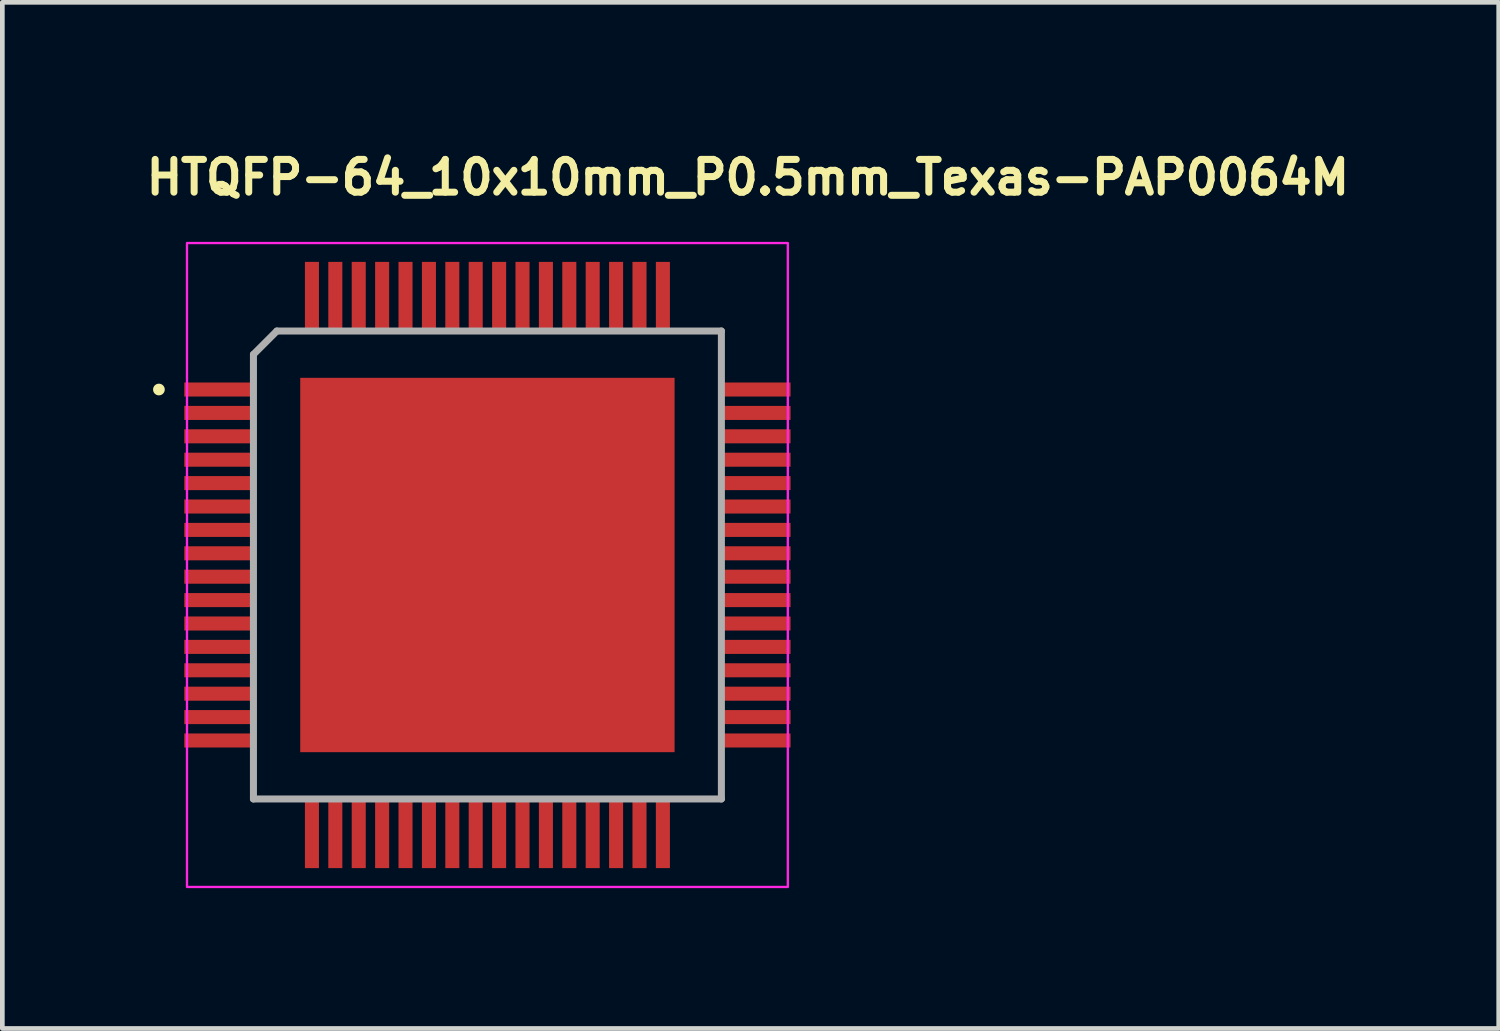
<source format=kicad_pcb>
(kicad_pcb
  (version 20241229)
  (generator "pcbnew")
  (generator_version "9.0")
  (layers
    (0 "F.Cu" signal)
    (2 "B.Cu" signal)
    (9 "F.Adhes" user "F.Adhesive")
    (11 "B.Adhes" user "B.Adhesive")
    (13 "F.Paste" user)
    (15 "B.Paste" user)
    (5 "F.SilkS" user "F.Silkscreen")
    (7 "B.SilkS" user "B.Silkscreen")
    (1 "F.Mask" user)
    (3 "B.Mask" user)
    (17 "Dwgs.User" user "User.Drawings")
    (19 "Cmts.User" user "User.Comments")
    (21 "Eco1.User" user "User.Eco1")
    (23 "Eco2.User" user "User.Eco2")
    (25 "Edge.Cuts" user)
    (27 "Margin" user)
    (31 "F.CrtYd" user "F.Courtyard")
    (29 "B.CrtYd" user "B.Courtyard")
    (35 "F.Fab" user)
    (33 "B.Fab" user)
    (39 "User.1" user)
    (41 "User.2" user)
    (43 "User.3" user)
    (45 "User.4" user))
  (footprint "HTQFP-64_10x10mm_P0.5mm_Texas-PAP0064M"
    (layer "F.Cu")
    (at 7.366 9.024)
    (property "Reference" "HTQFP-64_10x10mm_P0.5mm_Texas-PAP0064M" (at -7.366 -7.874 0) (layer "F.SilkS") (effects (font (size 0.7 0.7) (thickness 0.15)) (justify left bottom)))
    (attr smd)
    (fp_circle (center -7.02 -3.75) (end -6.97 -3.75) (stroke (width 0.15) (type solid)) (fill yes) (layer "F.SilkS"))
    (fp_rect (start -6.42 -6.88) (end 6.42 6.88) (stroke (width 0.05) (type solid)) (fill no) (layer "F.CrtYd"))
    (fp_line (start -5 -4.5) (end -4.5 -5) (stroke (width 0.15) (type solid)) (layer "F.Fab"))
    (fp_line (start -5 5) (end -5 -4.5) (stroke (width 0.15) (type solid)) (layer "F.Fab"))
    (fp_line (start -4.5 -5) (end 5 -5) (stroke (width 0.15) (type solid)) (layer "F.Fab"))
    (fp_line (start 5 -5) (end 5 5) (stroke (width 0.15) (type solid)) (layer "F.Fab"))
    (fp_line (start 5 5) (end -5 5) (stroke (width 0.15) (type solid)) (layer "F.Fab"))
    (fp_rect (start -6.015 -6.015) (end 6.015 6.015) (stroke (width 0.1) (type solid)) (fill no) (layer "User.5"))
    (fp_line (start -6.015 -3.86) (end -6.015 -3.64) (stroke (width 0.02) (type solid)) (layer "User.9"))
    (fp_line (start -6.015 -3.36) (end -6.015 -3.14) (stroke (width 0.02) (type solid)) (layer "User.9"))
    (fp_line (start -6.015 -2.86) (end -6.015 -2.64) (stroke (width 0.02) (type solid)) (layer "User.9"))
    (fp_line (start -6.015 -2.36) (end -6.015 -2.14) (stroke (width 0.02) (type solid)) (layer "User.9"))
    (fp_line (start -6.015 -1.86) (end -6.015 -1.64) (stroke (width 0.02) (type solid)) (layer "User.9"))
    (fp_line (start -6.015 -1.36) (end -6.015 -1.14) (stroke (width 0.02) (type solid)) (layer "User.9"))
    (fp_line (start -6.015 -0.86) (end -6.015 -0.64) (stroke (width 0.02) (type solid)) (layer "User.9"))
    (fp_line (start -6.015 -0.36) (end -6.015 -0.14) (stroke (width 0.02) (type solid)) (layer "User.9"))
    (fp_line (start -6.015 0.14) (end -6.015 0.36) (stroke (width 0.02) (type solid)) (layer "User.9"))
    (fp_line (start -6.015 0.64) (end -6.015 0.86) (stroke (width 0.02) (type solid)) (layer "User.9"))
    (fp_line (start -6.015 1.14) (end -6.015 1.36) (stroke (width 0.02) (type solid)) (layer "User.9"))
    (fp_line (start -6.015 1.64) (end -6.015 1.86) (stroke (width 0.02) (type solid)) (layer "User.9"))
    (fp_line (start -6.015 2.14) (end -6.015 2.36) (stroke (width 0.02) (type solid)) (layer "User.9"))
    (fp_line (start -6.015 2.64) (end -6.015 2.86) (stroke (width 0.02) (type solid)) (layer "User.9"))
    (fp_line (start -6.015 3.14) (end -6.015 3.36) (stroke (width 0.02) (type solid)) (layer "User.9"))
    (fp_line (start -6.015 3.64) (end -6.015 3.86) (stroke (width 0.02) (type solid)) (layer "User.9"))
    (fp_line (start -5.597 -3.86) (end -6.015 -3.86) (stroke (width 0.02) (type solid)) (layer "User.9"))
    (fp_line (start -5.597 -3.86) (end -5.528 -3.86) (stroke (width 0.02) (type solid)) (layer "User.9"))
    (fp_line (start -5.597 -3.64) (end -6.015 -3.64) (stroke (width 0.02) (type solid)) (layer "User.9"))
    (fp_line (start -5.597 -3.64) (end -5.528 -3.64) (stroke (width 0.02) (type solid)) (layer "User.9"))
    (fp_line (start -5.597 -3.36) (end -6.015 -3.36) (stroke (width 0.02) (type solid)) (layer "User.9"))
    (fp_line (start -5.597 -3.36) (end -5.528 -3.36) (stroke (width 0.02) (type solid)) (layer "User.9"))
    (fp_line (start -5.597 -3.14) (end -6.015 -3.14) (stroke (width 0.02) (type solid)) (layer "User.9"))
    (fp_line (start -5.597 -3.14) (end -5.528 -3.14) (stroke (width 0.02) (type solid)) (layer "User.9"))
    (fp_line (start -5.597 -2.86) (end -6.015 -2.86) (stroke (width 0.02) (type solid)) (layer "User.9"))
    (fp_line (start -5.597 -2.86) (end -5.528 -2.86) (stroke (width 0.02) (type solid)) (layer "User.9"))
    (fp_line (start -5.597 -2.64) (end -6.015 -2.64) (stroke (width 0.02) (type solid)) (layer "User.9"))
    (fp_line (start -5.597 -2.64) (end -5.528 -2.64) (stroke (width 0.02) (type solid)) (layer "User.9"))
    (fp_line (start -5.597 -2.36) (end -6.015 -2.36) (stroke (width 0.02) (type solid)) (layer "User.9"))
    (fp_line (start -5.597 -2.36) (end -5.528 -2.36) (stroke (width 0.02) (type solid)) (layer "User.9"))
    (fp_line (start -5.597 -2.14) (end -6.015 -2.14) (stroke (width 0.02) (type solid)) (layer "User.9"))
    (fp_line (start -5.597 -2.14) (end -5.528 -2.14) (stroke (width 0.02) (type solid)) (layer "User.9"))
    (fp_line (start -5.597 -1.86) (end -6.015 -1.86) (stroke (width 0.02) (type solid)) (layer "User.9"))
    (fp_line (start -5.597 -1.86) (end -5.528 -1.86) (stroke (width 0.02) (type solid)) (layer "User.9"))
    (fp_line (start -5.597 -1.64) (end -6.015 -1.64) (stroke (width 0.02) (type solid)) (layer "User.9"))
    (fp_line (start -5.597 -1.64) (end -5.528 -1.64) (stroke (width 0.02) (type solid)) (layer "User.9"))
    (fp_line (start -5.597 -1.36) (end -6.015 -1.36) (stroke (width 0.02) (type solid)) (layer "User.9"))
    (fp_line (start -5.597 -1.36) (end -5.528 -1.36) (stroke (width 0.02) (type solid)) (layer "User.9"))
    (fp_line (start -5.597 -1.14) (end -6.015 -1.14) (stroke (width 0.02) (type solid)) (layer "User.9"))
    (fp_line (start -5.597 -1.14) (end -5.528 -1.14) (stroke (width 0.02) (type solid)) (layer "User.9"))
    (fp_line (start -5.597 -0.86) (end -6.015 -0.86) (stroke (width 0.02) (type solid)) (layer "User.9"))
    (fp_line (start -5.597 -0.86) (end -5.528 -0.86) (stroke (width 0.02) (type solid)) (layer "User.9"))
    (fp_line (start -5.597 -0.64) (end -6.015 -0.64) (stroke (width 0.02) (type solid)) (layer "User.9"))
    (fp_line (start -5.597 -0.64) (end -5.528 -0.64) (stroke (width 0.02) (type solid)) (layer "User.9"))
    (fp_line (start -5.597 -0.36) (end -6.015 -0.36) (stroke (width 0.02) (type solid)) (layer "User.9"))
    (fp_line (start -5.597 -0.36) (end -5.528 -0.36) (stroke (width 0.02) (type solid)) (layer "User.9"))
    (fp_line (start -5.597 -0.14) (end -6.015 -0.14) (stroke (width 0.02) (type solid)) (layer "User.9"))
    (fp_line (start -5.597 -0.14) (end -5.528 -0.14) (stroke (width 0.02) (type solid)) (layer "User.9"))
    (fp_line (start -5.597 0.14) (end -6.015 0.14) (stroke (width 0.02) (type solid)) (layer "User.9"))
    (fp_line (start -5.597 0.14) (end -5.528 0.14) (stroke (width 0.02) (type solid)) (layer "User.9"))
    (fp_line (start -5.597 0.36) (end -6.015 0.36) (stroke (width 0.02) (type solid)) (layer "User.9"))
    (fp_line (start -5.597 0.36) (end -5.528 0.36) (stroke (width 0.02) (type solid)) (layer "User.9"))
    (fp_line (start -5.597 0.64) (end -6.015 0.64) (stroke (width 0.02) (type solid)) (layer "User.9"))
    (fp_line (start -5.597 0.64) (end -5.528 0.64) (stroke (width 0.02) (type solid)) (layer "User.9"))
    (fp_line (start -5.597 0.86) (end -6.015 0.86) (stroke (width 0.02) (type solid)) (layer "User.9"))
    (fp_line (start -5.597 0.86) (end -5.528 0.86) (stroke (width 0.02) (type solid)) (layer "User.9"))
    (fp_line (start -5.597 1.14) (end -6.015 1.14) (stroke (width 0.02) (type solid)) (layer "User.9"))
    (fp_line (start -5.597 1.14) (end -5.528 1.14) (stroke (width 0.02) (type solid)) (layer "User.9"))
    (fp_line (start -5.597 1.36) (end -6.015 1.36) (stroke (width 0.02) (type solid)) (layer "User.9"))
    (fp_line (start -5.597 1.36) (end -5.528 1.36) (stroke (width 0.02) (type solid)) (layer "User.9"))
    (fp_line (start -5.597 1.64) (end -6.015 1.64) (stroke (width 0.02) (type solid)) (layer "User.9"))
    (fp_line (start -5.597 1.64) (end -5.528 1.64) (stroke (width 0.02) (type solid)) (layer "User.9"))
    (fp_line (start -5.597 1.86) (end -6.015 1.86) (stroke (width 0.02) (type solid)) (layer "User.9"))
    (fp_line (start -5.597 1.86) (end -5.528 1.86) (stroke (width 0.02) (type solid)) (layer "User.9"))
    (fp_line (start -5.597 2.14) (end -6.015 2.14) (stroke (width 0.02) (type solid)) (layer "User.9"))
    (fp_line (start -5.597 2.14) (end -5.528 2.14) (stroke (width 0.02) (type solid)) (layer "User.9"))
    (fp_line (start -5.597 2.36) (end -6.015 2.36) (stroke (width 0.02) (type solid)) (layer "User.9"))
    (fp_line (start -5.597 2.36) (end -5.528 2.36) (stroke (width 0.02) (type solid)) (layer "User.9"))
    (fp_line (start -5.597 2.64) (end -6.015 2.64) (stroke (width 0.02) (type solid)) (layer "User.9"))
    (fp_line (start -5.597 2.64) (end -5.528 2.64) (stroke (width 0.02) (type solid)) (layer "User.9"))
    (fp_line (start -5.597 2.86) (end -6.015 2.86) (stroke (width 0.02) (type solid)) (layer "User.9"))
    (fp_line (start -5.597 2.86) (end -5.528 2.86) (stroke (width 0.02) (type solid)) (layer "User.9"))
    (fp_line (start -5.597 3.14) (end -6.015 3.14) (stroke (width 0.02) (type solid)) (layer "User.9"))
    (fp_line (start -5.597 3.14) (end -5.528 3.14) (stroke (width 0.02) (type solid)) (layer "User.9"))
    (fp_line (start -5.597 3.36) (end -6.015 3.36) (stroke (width 0.02) (type solid)) (layer "User.9"))
    (fp_line (start -5.597 3.36) (end -5.528 3.36) (stroke (width 0.02) (type solid)) (layer "User.9"))
    (fp_line (start -5.597 3.64) (end -6.015 3.64) (stroke (width 0.02) (type solid)) (layer "User.9"))
    (fp_line (start -5.597 3.64) (end -5.528 3.64) (stroke (width 0.02) (type solid)) (layer "User.9"))
    (fp_line (start -5.597 3.86) (end -6.015 3.86) (stroke (width 0.02) (type solid)) (layer "User.9"))
    (fp_line (start -5.597 3.86) (end -5.528 3.86) (stroke (width 0.02) (type solid)) (layer "User.9"))
    (fp_line (start -5.528 -3.86) (end -5.508 -3.86) (stroke (width 0.02) (type solid)) (layer "User.9"))
    (fp_line (start -5.528 -3.36) (end -5.508 -3.36) (stroke (width 0.02) (type solid)) (layer "User.9"))
    (fp_line (start -5.528 -2.86) (end -5.508 -2.86) (stroke (width 0.02) (type solid)) (layer "User.9"))
    (fp_line (start -5.528 -2.36) (end -5.508 -2.36) (stroke (width 0.02) (type solid)) (layer "User.9"))
    (fp_line (start -5.528 -1.86) (end -5.508 -1.86) (stroke (width 0.02) (type solid)) (layer "User.9"))
    (fp_line (start -5.528 -1.36) (end -5.508 -1.36) (stroke (width 0.02) (type solid)) (layer "User.9"))
    (fp_line (start -5.528 -0.86) (end -5.508 -0.86) (stroke (width 0.02) (type solid)) (layer "User.9"))
    (fp_line (start -5.528 -0.36) (end -5.508 -0.36) (stroke (width 0.02) (type solid)) (layer "User.9"))
    (fp_line (start -5.528 0.14) (end -5.508 0.14) (stroke (width 0.02) (type solid)) (layer "User.9"))
    (fp_line (start -5.528 0.64) (end -5.508 0.64) (stroke (width 0.02) (type solid)) (layer "User.9"))
    (fp_line (start -5.528 1.14) (end -5.508 1.14) (stroke (width 0.02) (type solid)) (layer "User.9"))
    (fp_line (start -5.528 1.64) (end -5.508 1.64) (stroke (width 0.02) (type solid)) (layer "User.9"))
    (fp_line (start -5.528 2.14) (end -5.508 2.14) (stroke (width 0.02) (type solid)) (layer "User.9"))
    (fp_line (start -5.528 2.64) (end -5.508 2.64) (stroke (width 0.02) (type solid)) (layer "User.9"))
    (fp_line (start -5.528 3.14) (end -5.508 3.14) (stroke (width 0.02) (type solid)) (layer "User.9"))
    (fp_line (start -5.528 3.64) (end -5.508 3.64) (stroke (width 0.02) (type solid)) (layer "User.9"))
    (fp_line (start -5.508 -3.86) (end -5.302 -3.86) (stroke (width 0.02) (type solid)) (layer "User.9"))
    (fp_line (start -5.508 -3.64) (end -5.528 -3.64) (stroke (width 0.02) (type solid)) (layer "User.9"))
    (fp_line (start -5.508 -3.64) (end -5.302 -3.64) (stroke (width 0.02) (type solid)) (layer "User.9"))
    (fp_line (start -5.508 -3.36) (end -5.302 -3.36) (stroke (width 0.02) (type solid)) (layer "User.9"))
    (fp_line (start -5.508 -3.14) (end -5.528 -3.14) (stroke (width 0.02) (type solid)) (layer "User.9"))
    (fp_line (start -5.508 -3.14) (end -5.302 -3.14) (stroke (width 0.02) (type solid)) (layer "User.9"))
    (fp_line (start -5.508 -2.86) (end -5.302 -2.86) (stroke (width 0.02) (type solid)) (layer "User.9"))
    (fp_line (start -5.508 -2.64) (end -5.528 -2.64) (stroke (width 0.02) (type solid)) (layer "User.9"))
    (fp_line (start -5.508 -2.64) (end -5.302 -2.64) (stroke (width 0.02) (type solid)) (layer "User.9"))
    (fp_line (start -5.508 -2.36) (end -5.302 -2.36) (stroke (width 0.02) (type solid)) (layer "User.9"))
    (fp_line (start -5.508 -2.14) (end -5.528 -2.14) (stroke (width 0.02) (type solid)) (layer "User.9"))
    (fp_line (start -5.508 -2.14) (end -5.302 -2.14) (stroke (width 0.02) (type solid)) (layer "User.9"))
    (fp_line (start -5.508 -1.86) (end -5.302 -1.86) (stroke (width 0.02) (type solid)) (layer "User.9"))
    (fp_line (start -5.508 -1.64) (end -5.528 -1.64) (stroke (width 0.02) (type solid)) (layer "User.9"))
    (fp_line (start -5.508 -1.64) (end -5.302 -1.64) (stroke (width 0.02) (type solid)) (layer "User.9"))
    (fp_line (start -5.508 -1.36) (end -5.302 -1.36) (stroke (width 0.02) (type solid)) (layer "User.9"))
    (fp_line (start -5.508 -1.14) (end -5.528 -1.14) (stroke (width 0.02) (type solid)) (layer "User.9"))
    (fp_line (start -5.508 -1.14) (end -5.302 -1.14) (stroke (width 0.02) (type solid)) (layer "User.9"))
    (fp_line (start -5.508 -0.86) (end -5.302 -0.86) (stroke (width 0.02) (type solid)) (layer "User.9"))
    (fp_line (start -5.508 -0.64) (end -5.528 -0.64) (stroke (width 0.02) (type solid)) (layer "User.9"))
    (fp_line (start -5.508 -0.64) (end -5.302 -0.64) (stroke (width 0.02) (type solid)) (layer "User.9"))
    (fp_line (start -5.508 -0.36) (end -5.302 -0.36) (stroke (width 0.02) (type solid)) (layer "User.9"))
    (fp_line (start -5.508 -0.14) (end -5.528 -0.14) (stroke (width 0.02) (type solid)) (layer "User.9"))
    (fp_line (start -5.508 -0.14) (end -5.302 -0.14) (stroke (width 0.02) (type solid)) (layer "User.9"))
    (fp_line (start -5.508 0.14) (end -5.302 0.14) (stroke (width 0.02) (type solid)) (layer "User.9"))
    (fp_line (start -5.508 0.36) (end -5.528 0.36) (stroke (width 0.02) (type solid)) (layer "User.9"))
    (fp_line (start -5.508 0.36) (end -5.302 0.36) (stroke (width 0.02) (type solid)) (layer "User.9"))
    (fp_line (start -5.508 0.64) (end -5.302 0.64) (stroke (width 0.02) (type solid)) (layer "User.9"))
    (fp_line (start -5.508 0.86) (end -5.528 0.86) (stroke (width 0.02) (type solid)) (layer "User.9"))
    (fp_line (start -5.508 0.86) (end -5.302 0.86) (stroke (width 0.02) (type solid)) (layer "User.9"))
    (fp_line (start -5.508 1.14) (end -5.302 1.14) (stroke (width 0.02) (type solid)) (layer "User.9"))
    (fp_line (start -5.508 1.36) (end -5.528 1.36) (stroke (width 0.02) (type solid)) (layer "User.9"))
    (fp_line (start -5.508 1.36) (end -5.302 1.36) (stroke (width 0.02) (type solid)) (layer "User.9"))
    (fp_line (start -5.508 1.64) (end -5.302 1.64) (stroke (width 0.02) (type solid)) (layer "User.9"))
    (fp_line (start -5.508 1.86) (end -5.528 1.86) (stroke (width 0.02) (type solid)) (layer "User.9"))
    (fp_line (start -5.508 1.86) (end -5.302 1.86) (stroke (width 0.02) (type solid)) (layer "User.9"))
    (fp_line (start -5.508 2.14) (end -5.302 2.14) (stroke (width 0.02) (type solid)) (layer "User.9"))
    (fp_line (start -5.508 2.36) (end -5.528 2.36) (stroke (width 0.02) (type solid)) (layer "User.9"))
    (fp_line (start -5.508 2.36) (end -5.302 2.36) (stroke (width 0.02) (type solid)) (layer "User.9"))
    (fp_line (start -5.508 2.64) (end -5.302 2.64) (stroke (width 0.02) (type solid)) (layer "User.9"))
    (fp_line (start -5.508 2.86) (end -5.528 2.86) (stroke (width 0.02) (type solid)) (layer "User.9"))
    (fp_line (start -5.508 2.86) (end -5.302 2.86) (stroke (width 0.02) (type solid)) (layer "User.9"))
    (fp_line (start -5.508 3.14) (end -5.302 3.14) (stroke (width 0.02) (type solid)) (layer "User.9"))
    (fp_line (start -5.508 3.36) (end -5.528 3.36) (stroke (width 0.02) (type solid)) (layer "User.9"))
    (fp_line (start -5.508 3.36) (end -5.302 3.36) (stroke (width 0.02) (type solid)) (layer "User.9"))
    (fp_line (start -5.508 3.64) (end -5.302 3.64) (stroke (width 0.02) (type solid)) (layer "User.9"))
    (fp_line (start -5.508 3.86) (end -5.528 3.86) (stroke (width 0.02) (type solid)) (layer "User.9"))
    (fp_line (start -5.508 3.86) (end -5.302 3.86) (stroke (width 0.02) (type solid)) (layer "User.9"))
    (fp_line (start -5 -4.454) (end -5 -4.448) (stroke (width 0.02) (type solid)) (layer "User.9"))
    (fp_line (start -5 -4.448) (end -5 4.448) (stroke (width 0.02) (type solid)) (layer "User.9"))
    (fp_line (start -5 -3.86) (end -5.302 -3.86) (stroke (width 0.02) (type solid)) (layer "User.9"))
    (fp_line (start -5 -3.86) (end -5 -3.64) (stroke (width 0.02) (type solid)) (layer "User.9"))
    (fp_line (start -5 -3.64) (end -5.302 -3.64) (stroke (width 0.02) (type solid)) (layer "User.9"))
    (fp_line (start -5 -3.36) (end -5.302 -3.36) (stroke (width 0.02) (type solid)) (layer "User.9"))
    (fp_line (start -5 -3.36) (end -5 -3.14) (stroke (width 0.02) (type solid)) (layer "User.9"))
    (fp_line (start -5 -3.14) (end -5.302 -3.14) (stroke (width 0.02) (type solid)) (layer "User.9"))
    (fp_line (start -5 -2.86) (end -5.302 -2.86) (stroke (width 0.02) (type solid)) (layer "User.9"))
    (fp_line (start -5 -2.86) (end -5 -2.64) (stroke (width 0.02) (type solid)) (layer "User.9"))
    (fp_line (start -5 -2.64) (end -5.302 -2.64) (stroke (width 0.02) (type solid)) (layer "User.9"))
    (fp_line (start -5 -2.36) (end -5.302 -2.36) (stroke (width 0.02) (type solid)) (layer "User.9"))
    (fp_line (start -5 -2.36) (end -5 -2.14) (stroke (width 0.02) (type solid)) (layer "User.9"))
    (fp_line (start -5 -2.14) (end -5.302 -2.14) (stroke (width 0.02) (type solid)) (layer "User.9"))
    (fp_line (start -5 -1.86) (end -5.302 -1.86) (stroke (width 0.02) (type solid)) (layer "User.9"))
    (fp_line (start -5 -1.86) (end -5 -1.64) (stroke (width 0.02) (type solid)) (layer "User.9"))
    (fp_line (start -5 -1.64) (end -5.302 -1.64) (stroke (width 0.02) (type solid)) (layer "User.9"))
    (fp_line (start -5 -1.36) (end -5.302 -1.36) (stroke (width 0.02) (type solid)) (layer "User.9"))
    (fp_line (start -5 -1.36) (end -5 -1.14) (stroke (width 0.02) (type solid)) (layer "User.9"))
    (fp_line (start -5 -1.14) (end -5.302 -1.14) (stroke (width 0.02) (type solid)) (layer "User.9"))
    (fp_line (start -5 -0.86) (end -5.302 -0.86) (stroke (width 0.02) (type solid)) (layer "User.9"))
    (fp_line (start -5 -0.86) (end -5 -0.64) (stroke (width 0.02) (type solid)) (layer "User.9"))
    (fp_line (start -5 -0.64) (end -5.302 -0.64) (stroke (width 0.02) (type solid)) (layer "User.9"))
    (fp_line (start -5 -0.36) (end -5.302 -0.36) (stroke (width 0.02) (type solid)) (layer "User.9"))
    (fp_line (start -5 -0.36) (end -5 -0.14) (stroke (width 0.02) (type solid)) (layer "User.9"))
    (fp_line (start -5 -0.14) (end -5.302 -0.14) (stroke (width 0.02) (type solid)) (layer "User.9"))
    (fp_line (start -5 0.14) (end -5.302 0.14) (stroke (width 0.02) (type solid)) (layer "User.9"))
    (fp_line (start -5 0.14) (end -5 0.36) (stroke (width 0.02) (type solid)) (layer "User.9"))
    (fp_line (start -5 0.36) (end -5.302 0.36) (stroke (width 0.02) (type solid)) (layer "User.9"))
    (fp_line (start -5 0.64) (end -5.302 0.64) (stroke (width 0.02) (type solid)) (layer "User.9"))
    (fp_line (start -5 0.64) (end -5 0.86) (stroke (width 0.02) (type solid)) (layer "User.9"))
    (fp_line (start -5 0.86) (end -5.302 0.86) (stroke (width 0.02) (type solid)) (layer "User.9"))
    (fp_line (start -5 1.14) (end -5.302 1.14) (stroke (width 0.02) (type solid)) (layer "User.9"))
    (fp_line (start -5 1.14) (end -5 1.36) (stroke (width 0.02) (type solid)) (layer "User.9"))
    (fp_line (start -5 1.36) (end -5.302 1.36) (stroke (width 0.02) (type solid)) (layer "User.9"))
    (fp_line (start -5 1.64) (end -5.302 1.64) (stroke (width 0.02) (type solid)) (layer "User.9"))
    (fp_line (start -5 1.64) (end -5 1.86) (stroke (width 0.02) (type solid)) (layer "User.9"))
    (fp_line (start -5 1.86) (end -5.302 1.86) (stroke (width 0.02) (type solid)) (layer "User.9"))
    (fp_line (start -5 2.14) (end -5.302 2.14) (stroke (width 0.02) (type solid)) (layer "User.9"))
    (fp_line (start -5 2.14) (end -5 2.36) (stroke (width 0.02) (type solid)) (layer "User.9"))
    (fp_line (start -5 2.36) (end -5.302 2.36) (stroke (width 0.02) (type solid)) (layer "User.9"))
    (fp_line (start -5 2.64) (end -5.302 2.64) (stroke (width 0.02) (type solid)) (layer "User.9"))
    (fp_line (start -5 2.64) (end -5 2.86) (stroke (width 0.02) (type solid)) (layer "User.9"))
    (fp_line (start -5 2.86) (end -5.302 2.86) (stroke (width 0.02) (type solid)) (layer "User.9"))
    (fp_line (start -5 3.14) (end -5.302 3.14) (stroke (width 0.02) (type solid)) (layer "User.9"))
    (fp_line (start -5 3.14) (end -5 3.36) (stroke (width 0.02) (type solid)) (layer "User.9"))
    (fp_line (start -5 3.36) (end -5.302 3.36) (stroke (width 0.02) (type solid)) (layer "User.9"))
    (fp_line (start -5 3.64) (end -5.302 3.64) (stroke (width 0.02) (type solid)) (layer "User.9"))
    (fp_line (start -5 3.64) (end -5 3.86) (stroke (width 0.02) (type solid)) (layer "User.9"))
    (fp_line (start -5 3.86) (end -5.302 3.86) (stroke (width 0.02) (type solid)) (layer "User.9"))
    (fp_line (start -5 4.454) (end -5 4.448) (stroke (width 0.02) (type solid)) (layer "User.9"))
    (fp_line (start -4.999 -4.461) (end -5 -4.454) (stroke (width 0.02) (type solid)) (layer "User.9"))
    (fp_line (start -4.999 4.461) (end -5 4.454) (stroke (width 0.02) (type solid)) (layer "User.9"))
    (fp_line (start -4.998 -4.467) (end -4.999 -4.461) (stroke (width 0.02) (type solid)) (layer "User.9"))
    (fp_line (start -4.998 4.467) (end -4.999 4.461) (stroke (width 0.02) (type solid)) (layer "User.9"))
    (fp_line (start -4.997 -4.473) (end -4.998 -4.467) (stroke (width 0.02) (type solid)) (layer "User.9"))
    (fp_line (start -4.997 4.473) (end -4.998 4.467) (stroke (width 0.02) (type solid)) (layer "User.9"))
    (fp_line (start -4.996 -4.479) (end -4.997 -4.473) (stroke (width 0.02) (type solid)) (layer "User.9"))
    (fp_line (start -4.996 4.479) (end -4.997 4.473) (stroke (width 0.02) (type solid)) (layer "User.9"))
    (fp_line (start -4.994 -4.485) (end -4.996 -4.479) (stroke (width 0.02) (type solid)) (layer "User.9"))
    (fp_line (start -4.994 4.485) (end -4.996 4.479) (stroke (width 0.02) (type solid)) (layer "User.9"))
    (fp_line (start -4.992 -4.49) (end -4.994 -4.485) (stroke (width 0.02) (type solid)) (layer "User.9"))
    (fp_line (start -4.992 4.49) (end -4.994 4.485) (stroke (width 0.02) (type solid)) (layer "User.9"))
    (fp_line (start -4.99 -4.496) (end -4.992 -4.49) (stroke (width 0.02) (type solid)) (layer "User.9"))
    (fp_line (start -4.99 4.496) (end -4.992 4.49) (stroke (width 0.02) (type solid)) (layer "User.9"))
    (fp_line (start -4.988 -4.501) (end -4.99 -4.496) (stroke (width 0.02) (type solid)) (layer "User.9"))
    (fp_line (start -4.988 4.502) (end -4.99 4.496) (stroke (width 0.02) (type solid)) (layer "User.9"))
    (fp_line (start -4.985 -4.507) (end -4.988 -4.501) (stroke (width 0.02) (type solid)) (layer "User.9"))
    (fp_line (start -4.985 4.507) (end -4.988 4.502) (stroke (width 0.02) (type solid)) (layer "User.9"))
    (fp_line (start -4.982 -4.512) (end -4.985 -4.507) (stroke (width 0.02) (type solid)) (layer "User.9"))
    (fp_line (start -4.982 4.512) (end -4.985 4.507) (stroke (width 0.02) (type solid)) (layer "User.9"))
    (fp_line (start -4.979 -4.517) (end -4.982 -4.512) (stroke (width 0.02) (type solid)) (layer "User.9"))
    (fp_line (start -4.979 4.517) (end -4.982 4.512) (stroke (width 0.02) (type solid)) (layer "User.9"))
    (fp_line (start -4.975 -4.522) (end -4.979 -4.517) (stroke (width 0.02) (type solid)) (layer "User.9"))
    (fp_line (start -4.975 4.522) (end -4.979 4.517) (stroke (width 0.02) (type solid)) (layer "User.9"))
    (fp_line (start -4.972 -4.527) (end -4.975 -4.522) (stroke (width 0.02) (type solid)) (layer "User.9"))
    (fp_line (start -4.972 4.527) (end -4.975 4.522) (stroke (width 0.02) (type solid)) (layer "User.9"))
    (fp_line (start -4.968 -4.532) (end -4.972 -4.527) (stroke (width 0.02) (type solid)) (layer "User.9"))
    (fp_line (start -4.968 4.532) (end -4.972 4.527) (stroke (width 0.02) (type solid)) (layer "User.9"))
    (fp_line (start -4.963 -4.537) (end -4.968 -4.532) (stroke (width 0.02) (type solid)) (layer "User.9"))
    (fp_line (start -4.963 -4.537) (end -4.537 -4.963) (stroke (width 0.02) (type solid)) (layer "User.9"))
    (fp_line (start -4.963 4.537) (end -4.968 4.532) (stroke (width 0.02) (type solid)) (layer "User.9"))
    (fp_line (start -4.537 -4.963) (end -4.532 -4.968) (stroke (width 0.02) (type solid)) (layer "User.9"))
    (fp_line (start -4.537 4.963) (end -4.963 4.537) (stroke (width 0.02) (type solid)) (layer "User.9"))
    (fp_line (start -4.537 4.963) (end -4.532 4.968) (stroke (width 0.02) (type solid)) (layer "User.9"))
    (fp_line (start -4.532 -4.968) (end -4.527 -4.972) (stroke (width 0.02) (type solid)) (layer "User.9"))
    (fp_line (start -4.532 4.968) (end -4.527 4.972) (stroke (width 0.02) (type solid)) (layer "User.9"))
    (fp_line (start -4.527 -4.972) (end -4.522 -4.975) (stroke (width 0.02) (type solid)) (layer "User.9"))
    (fp_line (start -4.527 4.972) (end -4.522 4.975) (stroke (width 0.02) (type solid)) (layer "User.9"))
    (fp_line (start -4.522 -4.975) (end -4.517 -4.979) (stroke (width 0.02) (type solid)) (layer "User.9"))
    (fp_line (start -4.522 4.975) (end -4.517 4.979) (stroke (width 0.02) (type solid)) (layer "User.9"))
    (fp_line (start -4.517 -4.979) (end -4.512 -4.982) (stroke (width 0.02) (type solid)) (layer "User.9"))
    (fp_line (start -4.517 4.979) (end -4.512 4.982) (stroke (width 0.02) (type solid)) (layer "User.9"))
    (fp_line (start -4.512 -4.982) (end -4.507 -4.985) (stroke (width 0.02) (type solid)) (layer "User.9"))
    (fp_line (start -4.512 4.982) (end -4.507 4.985) (stroke (width 0.02) (type solid)) (layer "User.9"))
    (fp_line (start -4.507 -4.985) (end -4.501 -4.988) (stroke (width 0.02) (type solid)) (layer "User.9"))
    (fp_line (start -4.507 4.985) (end -4.502 4.988) (stroke (width 0.02) (type solid)) (layer "User.9"))
    (fp_line (start -4.502 4.988) (end -4.496 4.99) (stroke (width 0.02) (type solid)) (layer "User.9"))
    (fp_line (start -4.501 -4.988) (end -4.496 -4.99) (stroke (width 0.02) (type solid)) (layer "User.9"))
    (fp_line (start -4.496 -4.99) (end -4.49 -4.992) (stroke (width 0.02) (type solid)) (layer "User.9"))
    (fp_line (start -4.496 4.99) (end -4.49 4.992) (stroke (width 0.02) (type solid)) (layer "User.9"))
    (fp_line (start -4.49 -4.992) (end -4.485 -4.994) (stroke (width 0.02) (type solid)) (layer "User.9"))
    (fp_line (start -4.49 4.992) (end -4.485 4.994) (stroke (width 0.02) (type solid)) (layer "User.9"))
    (fp_line (start -4.485 -4.994) (end -4.479 -4.996) (stroke (width 0.02) (type solid)) (layer "User.9"))
    (fp_line (start -4.485 4.994) (end -4.479 4.996) (stroke (width 0.02) (type solid)) (layer "User.9"))
    (fp_line (start -4.479 -4.996) (end -4.473 -4.997) (stroke (width 0.02) (type solid)) (layer "User.9"))
    (fp_line (start -4.479 4.996) (end -4.473 4.997) (stroke (width 0.02) (type solid)) (layer "User.9"))
    (fp_line (start -4.473 -4.997) (end -4.467 -4.998) (stroke (width 0.02) (type solid)) (layer "User.9"))
    (fp_line (start -4.473 4.997) (end -4.467 4.998) (stroke (width 0.02) (type solid)) (layer "User.9"))
    (fp_line (start -4.467 -4.998) (end -4.461 -4.999) (stroke (width 0.02) (type solid)) (layer "User.9"))
    (fp_line (start -4.467 4.998) (end -4.461 4.999) (stroke (width 0.02) (type solid)) (layer "User.9"))
    (fp_line (start -4.461 -4.999) (end -4.454 -5) (stroke (width 0.02) (type solid)) (layer "User.9"))
    (fp_line (start -4.461 4.999) (end -4.454 5) (stroke (width 0.02) (type solid)) (layer "User.9"))
    (fp_line (start -4.454 -5) (end -4.448 -5) (stroke (width 0.02) (type solid)) (layer "User.9"))
    (fp_line (start -4.454 5) (end -4.448 5) (stroke (width 0.02) (type solid)) (layer "User.9"))
    (fp_line (start -4.448 5) (end 4.448 5) (stroke (width 0.02) (type solid)) (layer "User.9"))
    (fp_line (start -4.25 -4.008) (end -4.25 -4) (stroke (width 0.02) (type solid)) (layer "User.9"))
    (fp_line (start -4.25 -4) (end -4.249 -3.983) (stroke (width 0.02) (type solid)) (layer "User.9"))
    (fp_line (start -4.249 -4.025) (end -4.249 -4.017) (stroke (width 0.02) (type solid)) (layer "User.9"))
    (fp_line (start -4.249 -4.017) (end -4.25 -4.008) (stroke (width 0.02) (type solid)) (layer "User.9"))
    (fp_line (start -4.249 -3.983) (end -4.248 -3.967) (stroke (width 0.02) (type solid)) (layer "User.9"))
    (fp_line (start -4.248 -4.033) (end -4.249 -4.025) (stroke (width 0.02) (type solid)) (layer "User.9"))
    (fp_line (start -4.248 -3.967) (end -4.245 -3.951) (stroke (width 0.02) (type solid)) (layer "User.9"))
    (fp_line (start -4.247 -4.041) (end -4.248 -4.033) (stroke (width 0.02) (type solid)) (layer "User.9"))
    (fp_line (start -4.245 -4.049) (end -4.247 -4.041) (stroke (width 0.02) (type solid)) (layer "User.9"))
    (fp_line (start -4.245 -3.951) (end -4.241 -3.935) (stroke (width 0.02) (type solid)) (layer "User.9"))
    (fp_line (start -4.243 -4.057) (end -4.245 -4.049) (stroke (width 0.02) (type solid)) (layer "User.9"))
    (fp_line (start -4.241 -4.065) (end -4.243 -4.057) (stroke (width 0.02) (type solid)) (layer "User.9"))
    (fp_line (start -4.241 -3.935) (end -4.237 -3.919) (stroke (width 0.02) (type solid)) (layer "User.9"))
    (fp_line (start -4.239 -4.073) (end -4.241 -4.065) (stroke (width 0.02) (type solid)) (layer "User.9"))
    (fp_line (start -4.237 -4.081) (end -4.239 -4.073) (stroke (width 0.02) (type solid)) (layer "User.9"))
    (fp_line (start -4.237 -3.919) (end -4.231 -3.904) (stroke (width 0.02) (type solid)) (layer "User.9"))
    (fp_line (start -4.234 -4.088) (end -4.237 -4.081) (stroke (width 0.02) (type solid)) (layer "User.9"))
    (fp_line (start -4.231 -4.096) (end -4.234 -4.088) (stroke (width 0.02) (type solid)) (layer "User.9"))
    (fp_line (start -4.231 -3.904) (end -4.224 -3.889) (stroke (width 0.02) (type solid)) (layer "User.9"))
    (fp_line (start -4.228 -4.103) (end -4.231 -4.096) (stroke (width 0.02) (type solid)) (layer "User.9"))
    (fp_line (start -4.224 -4.111) (end -4.228 -4.103) (stroke (width 0.02) (type solid)) (layer "User.9"))
    (fp_line (start -4.224 -3.889) (end -4.217 -3.875) (stroke (width 0.02) (type solid)) (layer "User.9"))
    (fp_line (start -4.22 -4.118) (end -4.224 -4.111) (stroke (width 0.02) (type solid)) (layer "User.9"))
    (fp_line (start -4.217 -4.125) (end -4.22 -4.118) (stroke (width 0.02) (type solid)) (layer "User.9"))
    (fp_line (start -4.217 -3.875) (end -4.208 -3.861) (stroke (width 0.02) (type solid)) (layer "User.9"))
    (fp_line (start -4.212 -4.132) (end -4.217 -4.125) (stroke (width 0.02) (type solid)) (layer "User.9"))
    (fp_line (start -4.208 -4.139) (end -4.212 -4.132) (stroke (width 0.02) (type solid)) (layer "User.9"))
    (fp_line (start -4.208 -3.861) (end -4.199 -3.848) (stroke (width 0.02) (type solid)) (layer "User.9"))
    (fp_line (start -4.203 -4.145) (end -4.208 -4.139) (stroke (width 0.02) (type solid)) (layer "User.9"))
    (fp_line (start -4.199 -4.152) (end -4.203 -4.145) (stroke (width 0.02) (type solid)) (layer "User.9"))
    (fp_line (start -4.199 -3.848) (end -4.188 -3.836) (stroke (width 0.02) (type solid)) (layer "User.9"))
    (fp_line (start -4.194 -4.158) (end -4.199 -4.152) (stroke (width 0.02) (type solid)) (layer "User.9"))
    (fp_line (start -4.188 -4.164) (end -4.194 -4.158) (stroke (width 0.02) (type solid)) (layer "User.9"))
    (fp_line (start -4.188 -3.836) (end -4.177 -3.824) (stroke (width 0.02) (type solid)) (layer "User.9"))
    (fp_line (start -4.183 -4.171) (end -4.188 -4.164) (stroke (width 0.02) (type solid)) (layer "User.9"))
    (fp_line (start -4.177 -4.176) (end -4.183 -4.171) (stroke (width 0.02) (type solid)) (layer "User.9"))
    (fp_line (start -4.177 -3.824) (end -4.165 -3.812) (stroke (width 0.02) (type solid)) (layer "User.9"))
    (fp_line (start -4.171 -4.182) (end -4.177 -4.176) (stroke (width 0.02) (type solid)) (layer "User.9"))
    (fp_line (start -4.165 -4.188) (end -4.171 -4.182) (stroke (width 0.02) (type solid)) (layer "User.9"))
    (fp_line (start -4.165 -3.812) (end -4.153 -3.802) (stroke (width 0.02) (type solid)) (layer "User.9"))
    (fp_line (start -4.159 -4.193) (end -4.165 -4.188) (stroke (width 0.02) (type solid)) (layer "User.9"))
    (fp_line (start -4.153 -4.198) (end -4.159 -4.193) (stroke (width 0.02) (type solid)) (layer "User.9"))
    (fp_line (start -4.153 -3.802) (end -4.139 -3.792) (stroke (width 0.02) (type solid)) (layer "User.9"))
    (fp_line (start -4.146 -4.203) (end -4.153 -4.198) (stroke (width 0.02) (type solid)) (layer "User.9"))
    (fp_line (start -4.139 -4.208) (end -4.146 -4.203) (stroke (width 0.02) (type solid)) (layer "User.9"))
    (fp_line (start -4.139 -3.792) (end -4.125 -3.783) (stroke (width 0.02) (type solid)) (layer "User.9"))
    (fp_line (start -4.132 -4.212) (end -4.139 -4.208) (stroke (width 0.02) (type solid)) (layer "User.9"))
    (fp_line (start -4.125 -4.217) (end -4.132 -4.212) (stroke (width 0.02) (type solid)) (layer "User.9"))
    (fp_line (start -4.125 -4.217) (end -4.125 -4.217) (stroke (width 0.02) (type solid)) (layer "User.9"))
    (fp_line (start -4.125 -3.783) (end -4.125 -3.783) (stroke (width 0.02) (type solid)) (layer "User.9"))
    (fp_line (start -4.125 -3.783) (end -4.11 -3.776) (stroke (width 0.02) (type solid)) (layer "User.9"))
    (fp_line (start -4.11 -4.224) (end -4.125 -4.217) (stroke (width 0.02) (type solid)) (layer "User.9"))
    (fp_line (start -4.11 -3.776) (end -4.095 -3.769) (stroke (width 0.02) (type solid)) (layer "User.9"))
    (fp_line (start -4.095 -4.231) (end -4.11 -4.224) (stroke (width 0.02) (type solid)) (layer "User.9"))
    (fp_line (start -4.095 -3.769) (end -4.08 -3.763) (stroke (width 0.02) (type solid)) (layer "User.9"))
    (fp_line (start -4.08 -4.237) (end -4.095 -4.231) (stroke (width 0.02) (type solid)) (layer "User.9"))
    (fp_line (start -4.08 -3.763) (end -4.064 -3.758) (stroke (width 0.02) (type solid)) (layer "User.9"))
    (fp_line (start -4.064 -4.242) (end -4.08 -4.237) (stroke (width 0.02) (type solid)) (layer "User.9"))
    (fp_line (start -4.064 -3.758) (end -4.048 -3.755) (stroke (width 0.02) (type solid)) (layer "User.9"))
    (fp_line (start -4.048 -4.245) (end -4.064 -4.242) (stroke (width 0.02) (type solid)) (layer "User.9"))
    (fp_line (start -4.048 -3.755) (end -4.032 -3.752) (stroke (width 0.02) (type solid)) (layer "User.9"))
    (fp_line (start -4.032 -4.248) (end -4.048 -4.245) (stroke (width 0.02) (type solid)) (layer "User.9"))
    (fp_line (start -4.032 -3.752) (end -4.016 -3.751) (stroke (width 0.02) (type solid)) (layer "User.9"))
    (fp_line (start -4.016 -4.249) (end -4.032 -4.248) (stroke (width 0.02) (type solid)) (layer "User.9"))
    (fp_line (start -4.016 -3.751) (end -4 -3.75) (stroke (width 0.02) (type solid)) (layer "User.9"))
    (fp_line (start -4 -4.25) (end -4.016 -4.249) (stroke (width 0.02) (type solid)) (layer "User.9"))
    (fp_line (start -4 -3.75) (end -3.984 -3.751) (stroke (width 0.02) (type solid)) (layer "User.9"))
    (fp_line (start -3.984 -4.249) (end -4 -4.25) (stroke (width 0.02) (type solid)) (layer "User.9"))
    (fp_line (start -3.984 -3.751) (end -3.968 -3.752) (stroke (width 0.02) (type solid)) (layer "User.9"))
    (fp_line (start -3.968 -4.248) (end -3.984 -4.249) (stroke (width 0.02) (type solid)) (layer "User.9"))
    (fp_line (start -3.968 -3.752) (end -3.952 -3.755) (stroke (width 0.02) (type solid)) (layer "User.9"))
    (fp_line (start -3.952 -4.245) (end -3.968 -4.248) (stroke (width 0.02) (type solid)) (layer "User.9"))
    (fp_line (start -3.952 -3.755) (end -3.936 -3.758) (stroke (width 0.02) (type solid)) (layer "User.9"))
    (fp_line (start -3.936 -4.242) (end -3.952 -4.245) (stroke (width 0.02) (type solid)) (layer "User.9"))
    (fp_line (start -3.936 -3.758) (end -3.92 -3.763) (stroke (width 0.02) (type solid)) (layer "User.9"))
    (fp_line (start -3.92 -4.237) (end -3.936 -4.242) (stroke (width 0.02) (type solid)) (layer "User.9"))
    (fp_line (start -3.92 -3.763) (end -3.905 -3.769) (stroke (width 0.02) (type solid)) (layer "User.9"))
    (fp_line (start -3.905 -4.231) (end -3.92 -4.237) (stroke (width 0.02) (type solid)) (layer "User.9"))
    (fp_line (start -3.905 -3.769) (end -3.89 -3.776) (stroke (width 0.02) (type solid)) (layer "User.9"))
    (fp_line (start -3.89 -4.224) (end -3.905 -4.231) (stroke (width 0.02) (type solid)) (layer "User.9"))
    (fp_line (start -3.89 -3.776) (end -3.875 -3.783) (stroke (width 0.02) (type solid)) (layer "User.9"))
    (fp_line (start -3.875 -4.217) (end -3.89 -4.224) (stroke (width 0.02) (type solid)) (layer "User.9"))
    (fp_line (start -3.875 -4.217) (end -3.875 -4.217) (stroke (width 0.02) (type solid)) (layer "User.9"))
    (fp_line (start -3.875 -3.783) (end -3.875 -3.783) (stroke (width 0.02) (type solid)) (layer "User.9"))
    (fp_line (start -3.875 -3.783) (end -3.868 -3.788) (stroke (width 0.02) (type solid)) (layer "User.9"))
    (fp_line (start -3.868 -3.788) (end -3.861 -3.792) (stroke (width 0.02) (type solid)) (layer "User.9"))
    (fp_line (start -3.861 -4.208) (end -3.875 -4.217) (stroke (width 0.02) (type solid)) (layer "User.9"))
    (fp_line (start -3.861 -3.792) (end -3.854 -3.797) (stroke (width 0.02) (type solid)) (layer "User.9"))
    (fp_line (start -3.86 -5.597) (end -3.86 -6.015) (stroke (width 0.02) (type solid)) (layer "User.9"))
    (fp_line (start -3.86 -5.597) (end -3.86 -5.528) (stroke (width 0.02) (type solid)) (layer "User.9"))
    (fp_line (start -3.86 -5.508) (end -3.86 -5.528) (stroke (width 0.02) (type solid)) (layer "User.9"))
    (fp_line (start -3.86 -5.508) (end -3.86 -5.302) (stroke (width 0.02) (type solid)) (layer "User.9"))
    (fp_line (start -3.86 -5) (end -3.86 -5.302) (stroke (width 0.02) (type solid)) (layer "User.9"))
    (fp_line (start -3.86 5) (end -3.86 5.302) (stroke (width 0.02) (type solid)) (layer "User.9"))
    (fp_line (start -3.86 5) (end -3.64 5) (stroke (width 0.02) (type solid)) (layer "User.9"))
    (fp_line (start -3.86 5.508) (end -3.86 5.302) (stroke (width 0.02) (type solid)) (layer "User.9"))
    (fp_line (start -3.86 5.528) (end -3.86 5.508) (stroke (width 0.02) (type solid)) (layer "User.9"))
    (fp_line (start -3.86 5.597) (end -3.86 5.528) (stroke (width 0.02) (type solid)) (layer "User.9"))
    (fp_line (start -3.86 5.597) (end -3.86 6.015) (stroke (width 0.02) (type solid)) (layer "User.9"))
    (fp_line (start -3.86 6.015) (end -3.64 6.015) (stroke (width 0.02) (type solid)) (layer "User.9"))
    (fp_line (start -3.854 -3.797) (end -3.847 -3.802) (stroke (width 0.02) (type solid)) (layer "User.9"))
    (fp_line (start -3.847 -4.198) (end -3.861 -4.208) (stroke (width 0.02) (type solid)) (layer "User.9"))
    (fp_line (start -3.847 -3.802) (end -3.841 -3.807) (stroke (width 0.02) (type solid)) (layer "User.9"))
    (fp_line (start -3.841 -3.807) (end -3.835 -3.812) (stroke (width 0.02) (type solid)) (layer "User.9"))
    (fp_line (start -3.835 -4.188) (end -3.847 -4.198) (stroke (width 0.02) (type solid)) (layer "User.9"))
    (fp_line (start -3.835 -3.812) (end -3.829 -3.818) (stroke (width 0.02) (type solid)) (layer "User.9"))
    (fp_line (start -3.829 -3.818) (end -3.823 -3.824) (stroke (width 0.02) (type solid)) (layer "User.9"))
    (fp_line (start -3.823 -4.176) (end -3.835 -4.188) (stroke (width 0.02) (type solid)) (layer "User.9"))
    (fp_line (start -3.823 -3.824) (end -3.817 -3.829) (stroke (width 0.02) (type solid)) (layer "User.9"))
    (fp_line (start -3.817 -3.829) (end -3.812 -3.836) (stroke (width 0.02) (type solid)) (layer "User.9"))
    (fp_line (start -3.812 -4.164) (end -3.823 -4.176) (stroke (width 0.02) (type solid)) (layer "User.9"))
    (fp_line (start -3.812 -3.836) (end -3.806 -3.842) (stroke (width 0.02) (type solid)) (layer "User.9"))
    (fp_line (start -3.806 -3.842) (end -3.801 -3.848) (stroke (width 0.02) (type solid)) (layer "User.9"))
    (fp_line (start -3.801 -4.152) (end -3.812 -4.164) (stroke (width 0.02) (type solid)) (layer "User.9"))
    (fp_line (start -3.801 -3.848) (end -3.797 -3.855) (stroke (width 0.02) (type solid)) (layer "User.9"))
    (fp_line (start -3.797 -3.855) (end -3.792 -3.861) (stroke (width 0.02) (type solid)) (layer "User.9"))
    (fp_line (start -3.792 -4.139) (end -3.801 -4.152) (stroke (width 0.02) (type solid)) (layer "User.9"))
    (fp_line (start -3.792 -3.861) (end -3.788 -3.868) (stroke (width 0.02) (type solid)) (layer "User.9"))
    (fp_line (start -3.788 -3.868) (end -3.783 -3.875) (stroke (width 0.02) (type solid)) (layer "User.9"))
    (fp_line (start -3.783 -4.125) (end -3.792 -4.139) (stroke (width 0.02) (type solid)) (layer "User.9"))
    (fp_line (start -3.783 -3.875) (end -3.78 -3.882) (stroke (width 0.02) (type solid)) (layer "User.9"))
    (fp_line (start -3.78 -3.882) (end -3.776 -3.889) (stroke (width 0.02) (type solid)) (layer "User.9"))
    (fp_line (start -3.776 -4.111) (end -3.783 -4.125) (stroke (width 0.02) (type solid)) (layer "User.9"))
    (fp_line (start -3.776 -3.889) (end -3.772 -3.897) (stroke (width 0.02) (type solid)) (layer "User.9"))
    (fp_line (start -3.772 -3.897) (end -3.769 -3.904) (stroke (width 0.02) (type solid)) (layer "User.9"))
    (fp_line (start -3.769 -4.096) (end -3.776 -4.111) (stroke (width 0.02) (type solid)) (layer "User.9"))
    (fp_line (start -3.769 -3.904) (end -3.766 -3.912) (stroke (width 0.02) (type solid)) (layer "User.9"))
    (fp_line (start -3.766 -3.912) (end -3.763 -3.919) (stroke (width 0.02) (type solid)) (layer "User.9"))
    (fp_line (start -3.763 -4.081) (end -3.769 -4.096) (stroke (width 0.02) (type solid)) (layer "User.9"))
    (fp_line (start -3.763 -3.919) (end -3.761 -3.927) (stroke (width 0.02) (type solid)) (layer "User.9"))
    (fp_line (start -3.761 -3.927) (end -3.759 -3.935) (stroke (width 0.02) (type solid)) (layer "User.9"))
    (fp_line (start -3.759 -4.065) (end -3.763 -4.081) (stroke (width 0.02) (type solid)) (layer "User.9"))
    (fp_line (start -3.759 -3.935) (end -3.757 -3.943) (stroke (width 0.02) (type solid)) (layer "User.9"))
    (fp_line (start -3.757 -3.943) (end -3.755 -3.951) (stroke (width 0.02) (type solid)) (layer "User.9"))
    (fp_line (start -3.755 -4.049) (end -3.759 -4.065) (stroke (width 0.02) (type solid)) (layer "User.9"))
    (fp_line (start -3.755 -3.951) (end -3.753 -3.959) (stroke (width 0.02) (type solid)) (layer "User.9"))
    (fp_line (start -3.753 -3.959) (end -3.752 -3.967) (stroke (width 0.02) (type solid)) (layer "User.9"))
    (fp_line (start -3.752 -4.033) (end -3.755 -4.049) (stroke (width 0.02) (type solid)) (layer "User.9"))
    (fp_line (start -3.752 -3.967) (end -3.751 -3.975) (stroke (width 0.02) (type solid)) (layer "User.9"))
    (fp_line (start -3.751 -4.017) (end -3.752 -4.033) (stroke (width 0.02) (type solid)) (layer "User.9"))
    (fp_line (start -3.751 -3.983) (end -3.75 -3.992) (stroke (width 0.02) (type solid)) (layer "User.9"))
    (fp_line (start -3.751 -3.975) (end -3.751 -3.983) (stroke (width 0.02) (type solid)) (layer "User.9"))
    (fp_line (start -3.75 -4) (end -3.751 -4.017) (stroke (width 0.02) (type solid)) (layer "User.9"))
    (fp_line (start -3.75 -3.992) (end -3.75 -4) (stroke (width 0.02) (type solid)) (layer "User.9"))
    (fp_line (start -3.64 -6.015) (end -3.86 -6.015) (stroke (width 0.02) (type solid)) (layer "User.9"))
    (fp_line (start -3.64 -5.597) (end -3.64 -6.015) (stroke (width 0.02) (type solid)) (layer "User.9"))
    (fp_line (start -3.64 -5.597) (end -3.64 -5.528) (stroke (width 0.02) (type solid)) (layer "User.9"))
    (fp_line (start -3.64 -5.528) (end -3.64 -5.508) (stroke (width 0.02) (type solid)) (layer "User.9"))
    (fp_line (start -3.64 -5.508) (end -3.64 -5.302) (stroke (width 0.02) (type solid)) (layer "User.9"))
    (fp_line (start -3.64 -5) (end -3.86 -5) (stroke (width 0.02) (type solid)) (layer "User.9"))
    (fp_line (start -3.64 -5) (end -3.64 -5.302) (stroke (width 0.02) (type solid)) (layer "User.9"))
    (fp_line (start -3.64 5) (end -3.64 5.302) (stroke (width 0.02) (type solid)) (layer "User.9"))
    (fp_line (start -3.64 5.508) (end -3.64 5.302) (stroke (width 0.02) (type solid)) (layer "User.9"))
    (fp_line (start -3.64 5.508) (end -3.64 5.528) (stroke (width 0.02) (type solid)) (layer "User.9"))
    (fp_line (start -3.64 5.597) (end -3.64 5.528) (stroke (width 0.02) (type solid)) (layer "User.9"))
    (fp_line (start -3.64 5.597) (end -3.64 6.015) (stroke (width 0.02) (type solid)) (layer "User.9"))
    (fp_line (start -3.36 -5.597) (end -3.36 -6.015) (stroke (width 0.02) (type solid)) (layer "User.9"))
    (fp_line (start -3.36 -5.597) (end -3.36 -5.528) (stroke (width 0.02) (type solid)) (layer "User.9"))
    (fp_line (start -3.36 -5.508) (end -3.36 -5.528) (stroke (width 0.02) (type solid)) (layer "User.9"))
    (fp_line (start -3.36 -5.508) (end -3.36 -5.302) (stroke (width 0.02) (type solid)) (layer "User.9"))
    (fp_line (start -3.36 -5) (end -3.36 -5.302) (stroke (width 0.02) (type solid)) (layer "User.9"))
    (fp_line (start -3.36 5) (end -3.36 5.302) (stroke (width 0.02) (type solid)) (layer "User.9"))
    (fp_line (start -3.36 5) (end -3.14 5) (stroke (width 0.02) (type solid)) (layer "User.9"))
    (fp_line (start -3.36 5.508) (end -3.36 5.302) (stroke (width 0.02) (type solid)) (layer "User.9"))
    (fp_line (start -3.36 5.528) (end -3.36 5.508) (stroke (width 0.02) (type solid)) (layer "User.9"))
    (fp_line (start -3.36 5.597) (end -3.36 5.528) (stroke (width 0.02) (type solid)) (layer "User.9"))
    (fp_line (start -3.36 5.597) (end -3.36 6.015) (stroke (width 0.02) (type solid)) (layer "User.9"))
    (fp_line (start -3.36 6.015) (end -3.14 6.015) (stroke (width 0.02) (type solid)) (layer "User.9"))
    (fp_line (start -3.14 -6.015) (end -3.36 -6.015) (stroke (width 0.02) (type solid)) (layer "User.9"))
    (fp_line (start -3.14 -5.597) (end -3.14 -6.015) (stroke (width 0.02) (type solid)) (layer "User.9"))
    (fp_line (start -3.14 -5.597) (end -3.14 -5.528) (stroke (width 0.02) (type solid)) (layer "User.9"))
    (fp_line (start -3.14 -5.528) (end -3.14 -5.508) (stroke (width 0.02) (type solid)) (layer "User.9"))
    (fp_line (start -3.14 -5.508) (end -3.14 -5.302) (stroke (width 0.02) (type solid)) (layer "User.9"))
    (fp_line (start -3.14 -5) (end -3.36 -5) (stroke (width 0.02) (type solid)) (layer "User.9"))
    (fp_line (start -3.14 -5) (end -3.14 -5.302) (stroke (width 0.02) (type solid)) (layer "User.9"))
    (fp_line (start -3.14 5) (end -3.14 5.302) (stroke (width 0.02) (type solid)) (layer "User.9"))
    (fp_line (start -3.14 5.508) (end -3.14 5.302) (stroke (width 0.02) (type solid)) (layer "User.9"))
    (fp_line (start -3.14 5.508) (end -3.14 5.528) (stroke (width 0.02) (type solid)) (layer "User.9"))
    (fp_line (start -3.14 5.597) (end -3.14 5.528) (stroke (width 0.02) (type solid)) (layer "User.9"))
    (fp_line (start -3.14 5.597) (end -3.14 6.015) (stroke (width 0.02) (type solid)) (layer "User.9"))
    (fp_line (start -2.86 -5.597) (end -2.86 -6.015) (stroke (width 0.02) (type solid)) (layer "User.9"))
    (fp_line (start -2.86 -5.597) (end -2.86 -5.528) (stroke (width 0.02) (type solid)) (layer "User.9"))
    (fp_line (start -2.86 -5.508) (end -2.86 -5.528) (stroke (width 0.02) (type solid)) (layer "User.9"))
    (fp_line (start -2.86 -5.508) (end -2.86 -5.302) (stroke (width 0.02) (type solid)) (layer "User.9"))
    (fp_line (start -2.86 -5) (end -2.86 -5.302) (stroke (width 0.02) (type solid)) (layer "User.9"))
    (fp_line (start -2.86 5) (end -2.86 5.302) (stroke (width 0.02) (type solid)) (layer "User.9"))
    (fp_line (start -2.86 5) (end -2.64 5) (stroke (width 0.02) (type solid)) (layer "User.9"))
    (fp_line (start -2.86 5.508) (end -2.86 5.302) (stroke (width 0.02) (type solid)) (layer "User.9"))
    (fp_line (start -2.86 5.528) (end -2.86 5.508) (stroke (width 0.02) (type solid)) (layer "User.9"))
    (fp_line (start -2.86 5.597) (end -2.86 5.528) (stroke (width 0.02) (type solid)) (layer "User.9"))
    (fp_line (start -2.86 5.597) (end -2.86 6.015) (stroke (width 0.02) (type solid)) (layer "User.9"))
    (fp_line (start -2.86 6.015) (end -2.64 6.015) (stroke (width 0.02) (type solid)) (layer "User.9"))
    (fp_line (start -2.64 -6.015) (end -2.86 -6.015) (stroke (width 0.02) (type solid)) (layer "User.9"))
    (fp_line (start -2.64 -5.597) (end -2.64 -6.015) (stroke (width 0.02) (type solid)) (layer "User.9"))
    (fp_line (start -2.64 -5.597) (end -2.64 -5.528) (stroke (width 0.02) (type solid)) (layer "User.9"))
    (fp_line (start -2.64 -5.528) (end -2.64 -5.508) (stroke (width 0.02) (type solid)) (layer "User.9"))
    (fp_line (start -2.64 -5.508) (end -2.64 -5.302) (stroke (width 0.02) (type solid)) (layer "User.9"))
    (fp_line (start -2.64 -5) (end -2.86 -5) (stroke (width 0.02) (type solid)) (layer "User.9"))
    (fp_line (start -2.64 -5) (end -2.64 -5.302) (stroke (width 0.02) (type solid)) (layer "User.9"))
    (fp_line (start -2.64 5) (end -2.64 5.302) (stroke (width 0.02) (type solid)) (layer "User.9"))
    (fp_line (start -2.64 5.508) (end -2.64 5.302) (stroke (width 0.02) (type solid)) (layer "User.9"))
    (fp_line (start -2.64 5.508) (end -2.64 5.528) (stroke (width 0.02) (type solid)) (layer "User.9"))
    (fp_line (start -2.64 5.597) (end -2.64 5.528) (stroke (width 0.02) (type solid)) (layer "User.9"))
    (fp_line (start -2.64 5.597) (end -2.64 6.015) (stroke (width 0.02) (type solid)) (layer "User.9"))
    (fp_line (start -2.36 -5.597) (end -2.36 -6.015) (stroke (width 0.02) (type solid)) (layer "User.9"))
    (fp_line (start -2.36 -5.597) (end -2.36 -5.528) (stroke (width 0.02) (type solid)) (layer "User.9"))
    (fp_line (start -2.36 -5.508) (end -2.36 -5.528) (stroke (width 0.02) (type solid)) (layer "User.9"))
    (fp_line (start -2.36 -5.508) (end -2.36 -5.302) (stroke (width 0.02) (type solid)) (layer "User.9"))
    (fp_line (start -2.36 -5) (end -2.36 -5.302) (stroke (width 0.02) (type solid)) (layer "User.9"))
    (fp_line (start -2.36 5) (end -2.36 5.302) (stroke (width 0.02) (type solid)) (layer "User.9"))
    (fp_line (start -2.36 5) (end -2.14 5) (stroke (width 0.02) (type solid)) (layer "User.9"))
    (fp_line (start -2.36 5.508) (end -2.36 5.302) (stroke (width 0.02) (type solid)) (layer "User.9"))
    (fp_line (start -2.36 5.528) (end -2.36 5.508) (stroke (width 0.02) (type solid)) (layer "User.9"))
    (fp_line (start -2.36 5.597) (end -2.36 5.528) (stroke (width 0.02) (type solid)) (layer "User.9"))
    (fp_line (start -2.36 5.597) (end -2.36 6.015) (stroke (width 0.02) (type solid)) (layer "User.9"))
    (fp_line (start -2.36 6.015) (end -2.14 6.015) (stroke (width 0.02) (type solid)) (layer "User.9"))
    (fp_line (start -2.14 -6.015) (end -2.36 -6.015) (stroke (width 0.02) (type solid)) (layer "User.9"))
    (fp_line (start -2.14 -5.597) (end -2.14 -6.015) (stroke (width 0.02) (type solid)) (layer "User.9"))
    (fp_line (start -2.14 -5.597) (end -2.14 -5.528) (stroke (width 0.02) (type solid)) (layer "User.9"))
    (fp_line (start -2.14 -5.528) (end -2.14 -5.508) (stroke (width 0.02) (type solid)) (layer "User.9"))
    (fp_line (start -2.14 -5.508) (end -2.14 -5.302) (stroke (width 0.02) (type solid)) (layer "User.9"))
    (fp_line (start -2.14 -5) (end -2.36 -5) (stroke (width 0.02) (type solid)) (layer "User.9"))
    (fp_line (start -2.14 -5) (end -2.14 -5.302) (stroke (width 0.02) (type solid)) (layer "User.9"))
    (fp_line (start -2.14 5) (end -2.14 5.302) (stroke (width 0.02) (type solid)) (layer "User.9"))
    (fp_line (start -2.14 5.508) (end -2.14 5.302) (stroke (width 0.02) (type solid)) (layer "User.9"))
    (fp_line (start -2.14 5.508) (end -2.14 5.528) (stroke (width 0.02) (type solid)) (layer "User.9"))
    (fp_line (start -2.14 5.597) (end -2.14 5.528) (stroke (width 0.02) (type solid)) (layer "User.9"))
    (fp_line (start -2.14 5.597) (end -2.14 6.015) (stroke (width 0.02) (type solid)) (layer "User.9"))
    (fp_line (start -1.86 -5.597) (end -1.86 -6.015) (stroke (width 0.02) (type solid)) (layer "User.9"))
    (fp_line (start -1.86 -5.597) (end -1.86 -5.528) (stroke (width 0.02) (type solid)) (layer "User.9"))
    (fp_line (start -1.86 -5.508) (end -1.86 -5.528) (stroke (width 0.02) (type solid)) (layer "User.9"))
    (fp_line (start -1.86 -5.508) (end -1.86 -5.302) (stroke (width 0.02) (type solid)) (layer "User.9"))
    (fp_line (start -1.86 -5) (end -1.86 -5.302) (stroke (width 0.02) (type solid)) (layer "User.9"))
    (fp_line (start -1.86 5) (end -1.86 5.302) (stroke (width 0.02) (type solid)) (layer "User.9"))
    (fp_line (start -1.86 5) (end -1.64 5) (stroke (width 0.02) (type solid)) (layer "User.9"))
    (fp_line (start -1.86 5.508) (end -1.86 5.302) (stroke (width 0.02) (type solid)) (layer "User.9"))
    (fp_line (start -1.86 5.528) (end -1.86 5.508) (stroke (width 0.02) (type solid)) (layer "User.9"))
    (fp_line (start -1.86 5.597) (end -1.86 5.528) (stroke (width 0.02) (type solid)) (layer "User.9"))
    (fp_line (start -1.86 5.597) (end -1.86 6.015) (stroke (width 0.02) (type solid)) (layer "User.9"))
    (fp_line (start -1.86 6.015) (end -1.64 6.015) (stroke (width 0.02) (type solid)) (layer "User.9"))
    (fp_line (start -1.64 -6.015) (end -1.86 -6.015) (stroke (width 0.02) (type solid)) (layer "User.9"))
    (fp_line (start -1.64 -5.597) (end -1.64 -6.015) (stroke (width 0.02) (type solid)) (layer "User.9"))
    (fp_line (start -1.64 -5.597) (end -1.64 -5.528) (stroke (width 0.02) (type solid)) (layer "User.9"))
    (fp_line (start -1.64 -5.528) (end -1.64 -5.508) (stroke (width 0.02) (type solid)) (layer "User.9"))
    (fp_line (start -1.64 -5.508) (end -1.64 -5.302) (stroke (width 0.02) (type solid)) (layer "User.9"))
    (fp_line (start -1.64 -5) (end -1.86 -5) (stroke (width 0.02) (type solid)) (layer "User.9"))
    (fp_line (start -1.64 -5) (end -1.64 -5.302) (stroke (width 0.02) (type solid)) (layer "User.9"))
    (fp_line (start -1.64 5) (end -1.64 5.302) (stroke (width 0.02) (type solid)) (layer "User.9"))
    (fp_line (start -1.64 5.508) (end -1.64 5.302) (stroke (width 0.02) (type solid)) (layer "User.9"))
    (fp_line (start -1.64 5.508) (end -1.64 5.528) (stroke (width 0.02) (type solid)) (layer "User.9"))
    (fp_line (start -1.64 5.597) (end -1.64 5.528) (stroke (width 0.02) (type solid)) (layer "User.9"))
    (fp_line (start -1.64 5.597) (end -1.64 6.015) (stroke (width 0.02) (type solid)) (layer "User.9"))
    (fp_line (start -1.36 -5.597) (end -1.36 -6.015) (stroke (width 0.02) (type solid)) (layer "User.9"))
    (fp_line (start -1.36 -5.597) (end -1.36 -5.528) (stroke (width 0.02) (type solid)) (layer "User.9"))
    (fp_line (start -1.36 -5.508) (end -1.36 -5.528) (stroke (width 0.02) (type solid)) (layer "User.9"))
    (fp_line (start -1.36 -5.508) (end -1.36 -5.302) (stroke (width 0.02) (type solid)) (layer "User.9"))
    (fp_line (start -1.36 -5) (end -1.36 -5.302) (stroke (width 0.02) (type solid)) (layer "User.9"))
    (fp_line (start -1.36 5) (end -1.36 5.302) (stroke (width 0.02) (type solid)) (layer "User.9"))
    (fp_line (start -1.36 5) (end -1.14 5) (stroke (width 0.02) (type solid)) (layer "User.9"))
    (fp_line (start -1.36 5.508) (end -1.36 5.302) (stroke (width 0.02) (type solid)) (layer "User.9"))
    (fp_line (start -1.36 5.528) (end -1.36 5.508) (stroke (width 0.02) (type solid)) (layer "User.9"))
    (fp_line (start -1.36 5.597) (end -1.36 5.528) (stroke (width 0.02) (type solid)) (layer "User.9"))
    (fp_line (start -1.36 5.597) (end -1.36 6.015) (stroke (width 0.02) (type solid)) (layer "User.9"))
    (fp_line (start -1.36 6.015) (end -1.14 6.015) (stroke (width 0.02) (type solid)) (layer "User.9"))
    (fp_line (start -1.14 -6.015) (end -1.36 -6.015) (stroke (width 0.02) (type solid)) (layer "User.9"))
    (fp_line (start -1.14 -5.597) (end -1.14 -6.015) (stroke (width 0.02) (type solid)) (layer "User.9"))
    (fp_line (start -1.14 -5.597) (end -1.14 -5.528) (stroke (width 0.02) (type solid)) (layer "User.9"))
    (fp_line (start -1.14 -5.528) (end -1.14 -5.508) (stroke (width 0.02) (type solid)) (layer "User.9"))
    (fp_line (start -1.14 -5.508) (end -1.14 -5.302) (stroke (width 0.02) (type solid)) (layer "User.9"))
    (fp_line (start -1.14 -5) (end -1.36 -5) (stroke (width 0.02) (type solid)) (layer "User.9"))
    (fp_line (start -1.14 -5) (end -1.14 -5.302) (stroke (width 0.02) (type solid)) (layer "User.9"))
    (fp_line (start -1.14 5) (end -1.14 5.302) (stroke (width 0.02) (type solid)) (layer "User.9"))
    (fp_line (start -1.14 5.508) (end -1.14 5.302) (stroke (width 0.02) (type solid)) (layer "User.9"))
    (fp_line (start -1.14 5.508) (end -1.14 5.528) (stroke (width 0.02) (type solid)) (layer "User.9"))
    (fp_line (start -1.14 5.597) (end -1.14 5.528) (stroke (width 0.02) (type solid)) (layer "User.9"))
    (fp_line (start -1.14 5.597) (end -1.14 6.015) (stroke (width 0.02) (type solid)) (layer "User.9"))
    (fp_line (start -0.86 -5.597) (end -0.86 -6.015) (stroke (width 0.02) (type solid)) (layer "User.9"))
    (fp_line (start -0.86 -5.597) (end -0.86 -5.528) (stroke (width 0.02) (type solid)) (layer "User.9"))
    (fp_line (start -0.86 -5.508) (end -0.86 -5.528) (stroke (width 0.02) (type solid)) (layer "User.9"))
    (fp_line (start -0.86 -5.508) (end -0.86 -5.302) (stroke (width 0.02) (type solid)) (layer "User.9"))
    (fp_line (start -0.86 -5) (end -0.86 -5.302) (stroke (width 0.02) (type solid)) (layer "User.9"))
    (fp_line (start -0.86 5) (end -0.86 5.302) (stroke (width 0.02) (type solid)) (layer "User.9"))
    (fp_line (start -0.86 5) (end -0.64 5) (stroke (width 0.02) (type solid)) (layer "User.9"))
    (fp_line (start -0.86 5.508) (end -0.86 5.302) (stroke (width 0.02) (type solid)) (layer "User.9"))
    (fp_line (start -0.86 5.528) (end -0.86 5.508) (stroke (width 0.02) (type solid)) (layer "User.9"))
    (fp_line (start -0.86 5.597) (end -0.86 5.528) (stroke (width 0.02) (type solid)) (layer "User.9"))
    (fp_line (start -0.86 5.597) (end -0.86 6.015) (stroke (width 0.02) (type solid)) (layer "User.9"))
    (fp_line (start -0.86 6.015) (end -0.64 6.015) (stroke (width 0.02) (type solid)) (layer "User.9"))
    (fp_line (start -0.64 -6.015) (end -0.86 -6.015) (stroke (width 0.02) (type solid)) (layer "User.9"))
    (fp_line (start -0.64 -5.597) (end -0.64 -6.015) (stroke (width 0.02) (type solid)) (layer "User.9"))
    (fp_line (start -0.64 -5.597) (end -0.64 -5.528) (stroke (width 0.02) (type solid)) (layer "User.9"))
    (fp_line (start -0.64 -5.528) (end -0.64 -5.508) (stroke (width 0.02) (type solid)) (layer "User.9"))
    (fp_line (start -0.64 -5.508) (end -0.64 -5.302) (stroke (width 0.02) (type solid)) (layer "User.9"))
    (fp_line (start -0.64 -5) (end -0.86 -5) (stroke (width 0.02) (type solid)) (layer "User.9"))
    (fp_line (start -0.64 -5) (end -0.64 -5.302) (stroke (width 0.02) (type solid)) (layer "User.9"))
    (fp_line (start -0.64 5) (end -0.64 5.302) (stroke (width 0.02) (type solid)) (layer "User.9"))
    (fp_line (start -0.64 5.508) (end -0.64 5.302) (stroke (width 0.02) (type solid)) (layer "User.9"))
    (fp_line (start -0.64 5.508) (end -0.64 5.528) (stroke (width 0.02) (type solid)) (layer "User.9"))
    (fp_line (start -0.64 5.597) (end -0.64 5.528) (stroke (width 0.02) (type solid)) (layer "User.9"))
    (fp_line (start -0.64 5.597) (end -0.64 6.015) (stroke (width 0.02) (type solid)) (layer "User.9"))
    (fp_line (start -0.36 -5.597) (end -0.36 -6.015) (stroke (width 0.02) (type solid)) (layer "User.9"))
    (fp_line (start -0.36 -5.597) (end -0.36 -5.528) (stroke (width 0.02) (type solid)) (layer "User.9"))
    (fp_line (start -0.36 -5.508) (end -0.36 -5.528) (stroke (width 0.02) (type solid)) (layer "User.9"))
    (fp_line (start -0.36 -5.508) (end -0.36 -5.302) (stroke (width 0.02) (type solid)) (layer "User.9"))
    (fp_line (start -0.36 -5) (end -0.36 -5.302) (stroke (width 0.02) (type solid)) (layer "User.9"))
    (fp_line (start -0.36 5) (end -0.36 5.302) (stroke (width 0.02) (type solid)) (layer "User.9"))
    (fp_line (start -0.36 5) (end -0.14 5) (stroke (width 0.02) (type solid)) (layer "User.9"))
    (fp_line (start -0.36 5.508) (end -0.36 5.302) (stroke (width 0.02) (type solid)) (layer "User.9"))
    (fp_line (start -0.36 5.528) (end -0.36 5.508) (stroke (width 0.02) (type solid)) (layer "User.9"))
    (fp_line (start -0.36 5.597) (end -0.36 5.528) (stroke (width 0.02) (type solid)) (layer "User.9"))
    (fp_line (start -0.36 5.597) (end -0.36 6.015) (stroke (width 0.02) (type solid)) (layer "User.9"))
    (fp_line (start -0.36 6.015) (end -0.14 6.015) (stroke (width 0.02) (type solid)) (layer "User.9"))
    (fp_line (start -0.14 -6.015) (end -0.36 -6.015) (stroke (width 0.02) (type solid)) (layer "User.9"))
    (fp_line (start -0.14 -5.597) (end -0.14 -6.015) (stroke (width 0.02) (type solid)) (layer "User.9"))
    (fp_line (start -0.14 -5.597) (end -0.14 -5.528) (stroke (width 0.02) (type solid)) (layer "User.9"))
    (fp_line (start -0.14 -5.528) (end -0.14 -5.508) (stroke (width 0.02) (type solid)) (layer "User.9"))
    (fp_line (start -0.14 -5.508) (end -0.14 -5.302) (stroke (width 0.02) (type solid)) (layer "User.9"))
    (fp_line (start -0.14 -5) (end -0.36 -5) (stroke (width 0.02) (type solid)) (layer "User.9"))
    (fp_line (start -0.14 -5) (end -0.14 -5.302) (stroke (width 0.02) (type solid)) (layer "User.9"))
    (fp_line (start -0.14 5) (end -0.14 5.302) (stroke (width 0.02) (type solid)) (layer "User.9"))
    (fp_line (start -0.14 5.508) (end -0.14 5.302) (stroke (width 0.02) (type solid)) (layer "User.9"))
    (fp_line (start -0.14 5.508) (end -0.14 5.528) (stroke (width 0.02) (type solid)) (layer "User.9"))
    (fp_line (start -0.14 5.597) (end -0.14 5.528) (stroke (width 0.02) (type solid)) (layer "User.9"))
    (fp_line (start -0.14 5.597) (end -0.14 6.015) (stroke (width 0.02) (type solid)) (layer "User.9"))
    (fp_line (start 0.14 -5.597) (end 0.14 -6.015) (stroke (width 0.02) (type solid)) (layer "User.9"))
    (fp_line (start 0.14 -5.597) (end 0.14 -5.528) (stroke (width 0.02) (type solid)) (layer "User.9"))
    (fp_line (start 0.14 -5.508) (end 0.14 -5.528) (stroke (width 0.02) (type solid)) (layer "User.9"))
    (fp_line (start 0.14 -5.508) (end 0.14 -5.302) (stroke (width 0.02) (type solid)) (layer "User.9"))
    (fp_line (start 0.14 -5) (end 0.14 -5.302) (stroke (width 0.02) (type solid)) (layer "User.9"))
    (fp_line (start 0.14 5) (end 0.14 5.302) (stroke (width 0.02) (type solid)) (layer "User.9"))
    (fp_line (start 0.14 5) (end 0.36 5) (stroke (width 0.02) (type solid)) (layer "User.9"))
    (fp_line (start 0.14 5.508) (end 0.14 5.302) (stroke (width 0.02) (type solid)) (layer "User.9"))
    (fp_line (start 0.14 5.528) (end 0.14 5.508) (stroke (width 0.02) (type solid)) (layer "User.9"))
    (fp_line (start 0.14 5.597) (end 0.14 5.528) (stroke (width 0.02) (type solid)) (layer "User.9"))
    (fp_line (start 0.14 5.597) (end 0.14 6.015) (stroke (width 0.02) (type solid)) (layer "User.9"))
    (fp_line (start 0.14 6.015) (end 0.36 6.015) (stroke (width 0.02) (type solid)) (layer "User.9"))
    (fp_line (start 0.36 -6.015) (end 0.14 -6.015) (stroke (width 0.02) (type solid)) (layer "User.9"))
    (fp_line (start 0.36 -5.597) (end 0.36 -6.015) (stroke (width 0.02) (type solid)) (layer "User.9"))
    (fp_line (start 0.36 -5.597) (end 0.36 -5.528) (stroke (width 0.02) (type solid)) (layer "User.9"))
    (fp_line (start 0.36 -5.528) (end 0.36 -5.508) (stroke (width 0.02) (type solid)) (layer "User.9"))
    (fp_line (start 0.36 -5.508) (end 0.36 -5.302) (stroke (width 0.02) (type solid)) (layer "User.9"))
    (fp_line (start 0.36 -5) (end 0.14 -5) (stroke (width 0.02) (type solid)) (layer "User.9"))
    (fp_line (start 0.36 -5) (end 0.36 -5.302) (stroke (width 0.02) (type solid)) (layer "User.9"))
    (fp_line (start 0.36 5) (end 0.36 5.302) (stroke (width 0.02) (type solid)) (layer "User.9"))
    (fp_line (start 0.36 5.508) (end 0.36 5.302) (stroke (width 0.02) (type solid)) (layer "User.9"))
    (fp_line (start 0.36 5.508) (end 0.36 5.528) (stroke (width 0.02) (type solid)) (layer "User.9"))
    (fp_line (start 0.36 5.597) (end 0.36 5.528) (stroke (width 0.02) (type solid)) (layer "User.9"))
    (fp_line (start 0.36 5.597) (end 0.36 6.015) (stroke (width 0.02) (type solid)) (layer "User.9"))
    (fp_line (start 0.64 -5.597) (end 0.64 -6.015) (stroke (width 0.02) (type solid)) (layer "User.9"))
    (fp_line (start 0.64 -5.597) (end 0.64 -5.528) (stroke (width 0.02) (type solid)) (layer "User.9"))
    (fp_line (start 0.64 -5.508) (end 0.64 -5.528) (stroke (width 0.02) (type solid)) (layer "User.9"))
    (fp_line (start 0.64 -5.508) (end 0.64 -5.302) (stroke (width 0.02) (type solid)) (layer "User.9"))
    (fp_line (start 0.64 -5) (end 0.64 -5.302) (stroke (width 0.02) (type solid)) (layer "User.9"))
    (fp_line (start 0.64 5) (end 0.64 5.302) (stroke (width 0.02) (type solid)) (layer "User.9"))
    (fp_line (start 0.64 5) (end 0.86 5) (stroke (width 0.02) (type solid)) (layer "User.9"))
    (fp_line (start 0.64 5.508) (end 0.64 5.302) (stroke (width 0.02) (type solid)) (layer "User.9"))
    (fp_line (start 0.64 5.528) (end 0.64 5.508) (stroke (width 0.02) (type solid)) (layer "User.9"))
    (fp_line (start 0.64 5.597) (end 0.64 5.528) (stroke (width 0.02) (type solid)) (layer "User.9"))
    (fp_line (start 0.64 5.597) (end 0.64 6.015) (stroke (width 0.02) (type solid)) (layer "User.9"))
    (fp_line (start 0.64 6.015) (end 0.86 6.015) (stroke (width 0.02) (type solid)) (layer "User.9"))
    (fp_line (start 0.86 -6.015) (end 0.64 -6.015) (stroke (width 0.02) (type solid)) (layer "User.9"))
    (fp_line (start 0.86 -5.597) (end 0.86 -6.015) (stroke (width 0.02) (type solid)) (layer "User.9"))
    (fp_line (start 0.86 -5.597) (end 0.86 -5.528) (stroke (width 0.02) (type solid)) (layer "User.9"))
    (fp_line (start 0.86 -5.528) (end 0.86 -5.508) (stroke (width 0.02) (type solid)) (layer "User.9"))
    (fp_line (start 0.86 -5.508) (end 0.86 -5.302) (stroke (width 0.02) (type solid)) (layer "User.9"))
    (fp_line (start 0.86 -5) (end 0.64 -5) (stroke (width 0.02) (type solid)) (layer "User.9"))
    (fp_line (start 0.86 -5) (end 0.86 -5.302) (stroke (width 0.02) (type solid)) (layer "User.9"))
    (fp_line (start 0.86 5) (end 0.86 5.302) (stroke (width 0.02) (type solid)) (layer "User.9"))
    (fp_line (start 0.86 5.508) (end 0.86 5.302) (stroke (width 0.02) (type solid)) (layer "User.9"))
    (fp_line (start 0.86 5.508) (end 0.86 5.528) (stroke (width 0.02) (type solid)) (layer "User.9"))
    (fp_line (start 0.86 5.597) (end 0.86 5.528) (stroke (width 0.02) (type solid)) (layer "User.9"))
    (fp_line (start 0.86 5.597) (end 0.86 6.015) (stroke (width 0.02) (type solid)) (layer "User.9"))
    (fp_line (start 1.14 -5.597) (end 1.14 -6.015) (stroke (width 0.02) (type solid)) (layer "User.9"))
    (fp_line (start 1.14 -5.597) (end 1.14 -5.528) (stroke (width 0.02) (type solid)) (layer "User.9"))
    (fp_line (start 1.14 -5.508) (end 1.14 -5.528) (stroke (width 0.02) (type solid)) (layer "User.9"))
    (fp_line (start 1.14 -5.508) (end 1.14 -5.302) (stroke (width 0.02) (type solid)) (layer "User.9"))
    (fp_line (start 1.14 -5) (end 1.14 -5.302) (stroke (width 0.02) (type solid)) (layer "User.9"))
    (fp_line (start 1.14 5) (end 1.14 5.302) (stroke (width 0.02) (type solid)) (layer "User.9"))
    (fp_line (start 1.14 5) (end 1.36 5) (stroke (width 0.02) (type solid)) (layer "User.9"))
    (fp_line (start 1.14 5.508) (end 1.14 5.302) (stroke (width 0.02) (type solid)) (layer "User.9"))
    (fp_line (start 1.14 5.528) (end 1.14 5.508) (stroke (width 0.02) (type solid)) (layer "User.9"))
    (fp_line (start 1.14 5.597) (end 1.14 5.528) (stroke (width 0.02) (type solid)) (layer "User.9"))
    (fp_line (start 1.14 5.597) (end 1.14 6.015) (stroke (width 0.02) (type solid)) (layer "User.9"))
    (fp_line (start 1.14 6.015) (end 1.36 6.015) (stroke (width 0.02) (type solid)) (layer "User.9"))
    (fp_line (start 1.36 -6.015) (end 1.14 -6.015) (stroke (width 0.02) (type solid)) (layer "User.9"))
    (fp_line (start 1.36 -5.597) (end 1.36 -6.015) (stroke (width 0.02) (type solid)) (layer "User.9"))
    (fp_line (start 1.36 -5.597) (end 1.36 -5.528) (stroke (width 0.02) (type solid)) (layer "User.9"))
    (fp_line (start 1.36 -5.528) (end 1.36 -5.508) (stroke (width 0.02) (type solid)) (layer "User.9"))
    (fp_line (start 1.36 -5.508) (end 1.36 -5.302) (stroke (width 0.02) (type solid)) (layer "User.9"))
    (fp_line (start 1.36 -5) (end 1.14 -5) (stroke (width 0.02) (type solid)) (layer "User.9"))
    (fp_line (start 1.36 -5) (end 1.36 -5.302) (stroke (width 0.02) (type solid)) (layer "User.9"))
    (fp_line (start 1.36 5) (end 1.36 5.302) (stroke (width 0.02) (type solid)) (layer "User.9"))
    (fp_line (start 1.36 5.508) (end 1.36 5.302) (stroke (width 0.02) (type solid)) (layer "User.9"))
    (fp_line (start 1.36 5.508) (end 1.36 5.528) (stroke (width 0.02) (type solid)) (layer "User.9"))
    (fp_line (start 1.36 5.597) (end 1.36 5.528) (stroke (width 0.02) (type solid)) (layer "User.9"))
    (fp_line (start 1.36 5.597) (end 1.36 6.015) (stroke (width 0.02) (type solid)) (layer "User.9"))
    (fp_line (start 1.64 -5.597) (end 1.64 -6.015) (stroke (width 0.02) (type solid)) (layer "User.9"))
    (fp_line (start 1.64 -5.597) (end 1.64 -5.528) (stroke (width 0.02) (type solid)) (layer "User.9"))
    (fp_line (start 1.64 -5.508) (end 1.64 -5.528) (stroke (width 0.02) (type solid)) (layer "User.9"))
    (fp_line (start 1.64 -5.508) (end 1.64 -5.302) (stroke (width 0.02) (type solid)) (layer "User.9"))
    (fp_line (start 1.64 -5) (end 1.64 -5.302) (stroke (width 0.02) (type solid)) (layer "User.9"))
    (fp_line (start 1.64 5) (end 1.64 5.302) (stroke (width 0.02) (type solid)) (layer "User.9"))
    (fp_line (start 1.64 5) (end 1.86 5) (stroke (width 0.02) (type solid)) (layer "User.9"))
    (fp_line (start 1.64 5.508) (end 1.64 5.302) (stroke (width 0.02) (type solid)) (layer "User.9"))
    (fp_line (start 1.64 5.528) (end 1.64 5.508) (stroke (width 0.02) (type solid)) (layer "User.9"))
    (fp_line (start 1.64 5.597) (end 1.64 5.528) (stroke (width 0.02) (type solid)) (layer "User.9"))
    (fp_line (start 1.64 5.597) (end 1.64 6.015) (stroke (width 0.02) (type solid)) (layer "User.9"))
    (fp_line (start 1.64 6.015) (end 1.86 6.015) (stroke (width 0.02) (type solid)) (layer "User.9"))
    (fp_line (start 1.86 -6.015) (end 1.64 -6.015) (stroke (width 0.02) (type solid)) (layer "User.9"))
    (fp_line (start 1.86 -5.597) (end 1.86 -6.015) (stroke (width 0.02) (type solid)) (layer "User.9"))
    (fp_line (start 1.86 -5.597) (end 1.86 -5.528) (stroke (width 0.02) (type solid)) (layer "User.9"))
    (fp_line (start 1.86 -5.528) (end 1.86 -5.508) (stroke (width 0.02) (type solid)) (layer "User.9"))
    (fp_line (start 1.86 -5.508) (end 1.86 -5.302) (stroke (width 0.02) (type solid)) (layer "User.9"))
    (fp_line (start 1.86 -5) (end 1.64 -5) (stroke (width 0.02) (type solid)) (layer "User.9"))
    (fp_line (start 1.86 -5) (end 1.86 -5.302) (stroke (width 0.02) (type solid)) (layer "User.9"))
    (fp_line (start 1.86 5) (end 1.86 5.302) (stroke (width 0.02) (type solid)) (layer "User.9"))
    (fp_line (start 1.86 5.508) (end 1.86 5.302) (stroke (width 0.02) (type solid)) (layer "User.9"))
    (fp_line (start 1.86 5.508) (end 1.86 5.528) (stroke (width 0.02) (type solid)) (layer "User.9"))
    (fp_line (start 1.86 5.597) (end 1.86 5.528) (stroke (width 0.02) (type solid)) (layer "User.9"))
    (fp_line (start 1.86 5.597) (end 1.86 6.015) (stroke (width 0.02) (type solid)) (layer "User.9"))
    (fp_line (start 2.14 -5.597) (end 2.14 -6.015) (stroke (width 0.02) (type solid)) (layer "User.9"))
    (fp_line (start 2.14 -5.597) (end 2.14 -5.528) (stroke (width 0.02) (type solid)) (layer "User.9"))
    (fp_line (start 2.14 -5.508) (end 2.14 -5.528) (stroke (width 0.02) (type solid)) (layer "User.9"))
    (fp_line (start 2.14 -5.508) (end 2.14 -5.302) (stroke (width 0.02) (type solid)) (layer "User.9"))
    (fp_line (start 2.14 -5) (end 2.14 -5.302) (stroke (width 0.02) (type solid)) (layer "User.9"))
    (fp_line (start 2.14 5) (end 2.14 5.302) (stroke (width 0.02) (type solid)) (layer "User.9"))
    (fp_line (start 2.14 5) (end 2.36 5) (stroke (width 0.02) (type solid)) (layer "User.9"))
    (fp_line (start 2.14 5.508) (end 2.14 5.302) (stroke (width 0.02) (type solid)) (layer "User.9"))
    (fp_line (start 2.14 5.528) (end 2.14 5.508) (stroke (width 0.02) (type solid)) (layer "User.9"))
    (fp_line (start 2.14 5.597) (end 2.14 5.528) (stroke (width 0.02) (type solid)) (layer "User.9"))
    (fp_line (start 2.14 5.597) (end 2.14 6.015) (stroke (width 0.02) (type solid)) (layer "User.9"))
    (fp_line (start 2.14 6.015) (end 2.36 6.015) (stroke (width 0.02) (type solid)) (layer "User.9"))
    (fp_line (start 2.36 -6.015) (end 2.14 -6.015) (stroke (width 0.02) (type solid)) (layer "User.9"))
    (fp_line (start 2.36 -5.597) (end 2.36 -6.015) (stroke (width 0.02) (type solid)) (layer "User.9"))
    (fp_line (start 2.36 -5.597) (end 2.36 -5.528) (stroke (width 0.02) (type solid)) (layer "User.9"))
    (fp_line (start 2.36 -5.528) (end 2.36 -5.508) (stroke (width 0.02) (type solid)) (layer "User.9"))
    (fp_line (start 2.36 -5.508) (end 2.36 -5.302) (stroke (width 0.02) (type solid)) (layer "User.9"))
    (fp_line (start 2.36 -5) (end 2.14 -5) (stroke (width 0.02) (type solid)) (layer "User.9"))
    (fp_line (start 2.36 -5) (end 2.36 -5.302) (stroke (width 0.02) (type solid)) (layer "User.9"))
    (fp_line (start 2.36 5) (end 2.36 5.302) (stroke (width 0.02) (type solid)) (layer "User.9"))
    (fp_line (start 2.36 5.508) (end 2.36 5.302) (stroke (width 0.02) (type solid)) (layer "User.9"))
    (fp_line (start 2.36 5.508) (end 2.36 5.528) (stroke (width 0.02) (type solid)) (layer "User.9"))
    (fp_line (start 2.36 5.597) (end 2.36 5.528) (stroke (width 0.02) (type solid)) (layer "User.9"))
    (fp_line (start 2.36 5.597) (end 2.36 6.015) (stroke (width 0.02) (type solid)) (layer "User.9"))
    (fp_line (start 2.64 -5.597) (end 2.64 -6.015) (stroke (width 0.02) (type solid)) (layer "User.9"))
    (fp_line (start 2.64 -5.597) (end 2.64 -5.528) (stroke (width 0.02) (type solid)) (layer "User.9"))
    (fp_line (start 2.64 -5.508) (end 2.64 -5.528) (stroke (width 0.02) (type solid)) (layer "User.9"))
    (fp_line (start 2.64 -5.508) (end 2.64 -5.302) (stroke (width 0.02) (type solid)) (layer "User.9"))
    (fp_line (start 2.64 -5) (end 2.64 -5.302) (stroke (width 0.02) (type solid)) (layer "User.9"))
    (fp_line (start 2.64 5) (end 2.64 5.302) (stroke (width 0.02) (type solid)) (layer "User.9"))
    (fp_line (start 2.64 5) (end 2.86 5) (stroke (width 0.02) (type solid)) (layer "User.9"))
    (fp_line (start 2.64 5.508) (end 2.64 5.302) (stroke (width 0.02) (type solid)) (layer "User.9"))
    (fp_line (start 2.64 5.528) (end 2.64 5.508) (stroke (width 0.02) (type solid)) (layer "User.9"))
    (fp_line (start 2.64 5.597) (end 2.64 5.528) (stroke (width 0.02) (type solid)) (layer "User.9"))
    (fp_line (start 2.64 5.597) (end 2.64 6.015) (stroke (width 0.02) (type solid)) (layer "User.9"))
    (fp_line (start 2.64 6.015) (end 2.86 6.015) (stroke (width 0.02) (type solid)) (layer "User.9"))
    (fp_line (start 2.86 -6.015) (end 2.64 -6.015) (stroke (width 0.02) (type solid)) (layer "User.9"))
    (fp_line (start 2.86 -5.597) (end 2.86 -6.015) (stroke (width 0.02) (type solid)) (layer "User.9"))
    (fp_line (start 2.86 -5.597) (end 2.86 -5.528) (stroke (width 0.02) (type solid)) (layer "User.9"))
    (fp_line (start 2.86 -5.528) (end 2.86 -5.508) (stroke (width 0.02) (type solid)) (layer "User.9"))
    (fp_line (start 2.86 -5.508) (end 2.86 -5.302) (stroke (width 0.02) (type solid)) (layer "User.9"))
    (fp_line (start 2.86 -5) (end 2.64 -5) (stroke (width 0.02) (type solid)) (layer "User.9"))
    (fp_line (start 2.86 -5) (end 2.86 -5.302) (stroke (width 0.02) (type solid)) (layer "User.9"))
    (fp_line (start 2.86 5) (end 2.86 5.302) (stroke (width 0.02) (type solid)) (layer "User.9"))
    (fp_line (start 2.86 5.508) (end 2.86 5.302) (stroke (width 0.02) (type solid)) (layer "User.9"))
    (fp_line (start 2.86 5.508) (end 2.86 5.528) (stroke (width 0.02) (type solid)) (layer "User.9"))
    (fp_line (start 2.86 5.597) (end 2.86 5.528) (stroke (width 0.02) (type solid)) (layer "User.9"))
    (fp_line (start 2.86 5.597) (end 2.86 6.015) (stroke (width 0.02) (type solid)) (layer "User.9"))
    (fp_line (start 3.14 -5.597) (end 3.14 -6.015) (stroke (width 0.02) (type solid)) (layer "User.9"))
    (fp_line (start 3.14 -5.597) (end 3.14 -5.528) (stroke (width 0.02) (type solid)) (layer "User.9"))
    (fp_line (start 3.14 -5.508) (end 3.14 -5.528) (stroke (width 0.02) (type solid)) (layer "User.9"))
    (fp_line (start 3.14 -5.508) (end 3.14 -5.302) (stroke (width 0.02) (type solid)) (layer "User.9"))
    (fp_line (start 3.14 -5) (end 3.14 -5.302) (stroke (width 0.02) (type solid)) (layer "User.9"))
    (fp_line (start 3.14 5) (end 3.14 5.302) (stroke (width 0.02) (type solid)) (layer "User.9"))
    (fp_line (start 3.14 5) (end 3.36 5) (stroke (width 0.02) (type solid)) (layer "User.9"))
    (fp_line (start 3.14 5.508) (end 3.14 5.302) (stroke (width 0.02) (type solid)) (layer "User.9"))
    (fp_line (start 3.14 5.528) (end 3.14 5.508) (stroke (width 0.02) (type solid)) (layer "User.9"))
    (fp_line (start 3.14 5.597) (end 3.14 5.528) (stroke (width 0.02) (type solid)) (layer "User.9"))
    (fp_line (start 3.14 5.597) (end 3.14 6.015) (stroke (width 0.02) (type solid)) (layer "User.9"))
    (fp_line (start 3.14 6.015) (end 3.36 6.015) (stroke (width 0.02) (type solid)) (layer "User.9"))
    (fp_line (start 3.36 -6.015) (end 3.14 -6.015) (stroke (width 0.02) (type solid)) (layer "User.9"))
    (fp_line (start 3.36 -5.597) (end 3.36 -6.015) (stroke (width 0.02) (type solid)) (layer "User.9"))
    (fp_line (start 3.36 -5.597) (end 3.36 -5.528) (stroke (width 0.02) (type solid)) (layer "User.9"))
    (fp_line (start 3.36 -5.528) (end 3.36 -5.508) (stroke (width 0.02) (type solid)) (layer "User.9"))
    (fp_line (start 3.36 -5.508) (end 3.36 -5.302) (stroke (width 0.02) (type solid)) (layer "User.9"))
    (fp_line (start 3.36 -5) (end 3.14 -5) (stroke (width 0.02) (type solid)) (layer "User.9"))
    (fp_line (start 3.36 -5) (end 3.36 -5.302) (stroke (width 0.02) (type solid)) (layer "User.9"))
    (fp_line (start 3.36 5) (end 3.36 5.302) (stroke (width 0.02) (type solid)) (layer "User.9"))
    (fp_line (start 3.36 5.508) (end 3.36 5.302) (stroke (width 0.02) (type solid)) (layer "User.9"))
    (fp_line (start 3.36 5.508) (end 3.36 5.528) (stroke (width 0.02) (type solid)) (layer "User.9"))
    (fp_line (start 3.36 5.597) (end 3.36 5.528) (stroke (width 0.02) (type solid)) (layer "User.9"))
    (fp_line (start 3.36 5.597) (end 3.36 6.015) (stroke (width 0.02) (type solid)) (layer "User.9"))
    (fp_line (start 3.64 -5.597) (end 3.64 -6.015) (stroke (width 0.02) (type solid)) (layer "User.9"))
    (fp_line (start 3.64 -5.597) (end 3.64 -5.528) (stroke (width 0.02) (type solid)) (layer "User.9"))
    (fp_line (start 3.64 -5.508) (end 3.64 -5.528) (stroke (width 0.02) (type solid)) (layer "User.9"))
    (fp_line (start 3.64 -5.508) (end 3.64 -5.302) (stroke (width 0.02) (type solid)) (layer "User.9"))
    (fp_line (start 3.64 -5) (end 3.64 -5.302) (stroke (width 0.02) (type solid)) (layer "User.9"))
    (fp_line (start 3.64 5) (end 3.64 5.302) (stroke (width 0.02) (type solid)) (layer "User.9"))
    (fp_line (start 3.64 5) (end 3.86 5) (stroke (width 0.02) (type solid)) (layer "User.9"))
    (fp_line (start 3.64 5.508) (end 3.64 5.302) (stroke (width 0.02) (type solid)) (layer "User.9"))
    (fp_line (start 3.64 5.528) (end 3.64 5.508) (stroke (width 0.02) (type solid)) (layer "User.9"))
    (fp_line (start 3.64 5.597) (end 3.64 5.528) (stroke (width 0.02) (type solid)) (layer "User.9"))
    (fp_line (start 3.64 5.597) (end 3.64 6.015) (stroke (width 0.02) (type solid)) (layer "User.9"))
    (fp_line (start 3.64 6.015) (end 3.86 6.015) (stroke (width 0.02) (type solid)) (layer "User.9"))
    (fp_line (start 3.86 -6.015) (end 3.64 -6.015) (stroke (width 0.02) (type solid)) (layer "User.9"))
    (fp_line (start 3.86 -5.597) (end 3.86 -6.015) (stroke (width 0.02) (type solid)) (layer "User.9"))
    (fp_line (start 3.86 -5.597) (end 3.86 -5.528) (stroke (width 0.02) (type solid)) (layer "User.9"))
    (fp_line (start 3.86 -5.528) (end 3.86 -5.508) (stroke (width 0.02) (type solid)) (layer "User.9"))
    (fp_line (start 3.86 -5.508) (end 3.86 -5.302) (stroke (width 0.02) (type solid)) (layer "User.9"))
    (fp_line (start 3.86 -5) (end 3.64 -5) (stroke (width 0.02) (type solid)) (layer "User.9"))
    (fp_line (start 3.86 -5) (end 3.86 -5.302) (stroke (width 0.02) (type solid)) (layer "User.9"))
    (fp_line (start 3.86 5) (end 3.86 5.302) (stroke (width 0.02) (type solid)) (layer "User.9"))
    (fp_line (start 3.86 5.508) (end 3.86 5.302) (stroke (width 0.02) (type solid)) (layer "User.9"))
    (fp_line (start 3.86 5.508) (end 3.86 5.528) (stroke (width 0.02) (type solid)) (layer "User.9"))
    (fp_line (start 3.86 5.597) (end 3.86 5.528) (stroke (width 0.02) (type solid)) (layer "User.9"))
    (fp_line (start 3.86 5.597) (end 3.86 6.015) (stroke (width 0.02) (type solid)) (layer "User.9"))
    (fp_line (start 4.448 -5) (end -4.448 -5) (stroke (width 0.02) (type solid)) (layer "User.9"))
    (fp_line (start 4.454 -5) (end 4.448 -5) (stroke (width 0.02) (type solid)) (layer "User.9"))
    (fp_line (start 4.454 5) (end 4.448 5) (stroke (width 0.02) (type solid)) (layer "User.9"))
    (fp_line (start 4.461 -4.999) (end 4.454 -5) (stroke (width 0.02) (type solid)) (layer "User.9"))
    (fp_line (start 4.461 4.999) (end 4.454 5) (stroke (width 0.02) (type solid)) (layer "User.9"))
    (fp_line (start 4.467 -4.998) (end 4.461 -4.999) (stroke (width 0.02) (type solid)) (layer "User.9"))
    (fp_line (start 4.467 4.998) (end 4.461 4.999) (stroke (width 0.02) (type solid)) (layer "User.9"))
    (fp_line (start 4.473 -4.997) (end 4.467 -4.998) (stroke (width 0.02) (type solid)) (layer "User.9"))
    (fp_line (start 4.473 4.997) (end 4.467 4.998) (stroke (width 0.02) (type solid)) (layer "User.9"))
    (fp_line (start 4.479 -4.996) (end 4.473 -4.997) (stroke (width 0.02) (type solid)) (layer "User.9"))
    (fp_line (start 4.479 4.996) (end 4.473 4.997) (stroke (width 0.02) (type solid)) (layer "User.9"))
    (fp_line (start 4.485 -4.994) (end 4.479 -4.996) (stroke (width 0.02) (type solid)) (layer "User.9"))
    (fp_line (start 4.485 4.994) (end 4.479 4.996) (stroke (width 0.02) (type solid)) (layer "User.9"))
    (fp_line (start 4.49 -4.992) (end 4.485 -4.994) (stroke (width 0.02) (type solid)) (layer "User.9"))
    (fp_line (start 4.49 4.992) (end 4.485 4.994) (stroke (width 0.02) (type solid)) (layer "User.9"))
    (fp_line (start 4.496 -4.99) (end 4.49 -4.992) (stroke (width 0.02) (type solid)) (layer "User.9"))
    (fp_line (start 4.496 4.99) (end 4.49 4.992) (stroke (width 0.02) (type solid)) (layer "User.9"))
    (fp_line (start 4.501 -4.988) (end 4.496 -4.99) (stroke (width 0.02) (type solid)) (layer "User.9"))
    (fp_line (start 4.502 4.988) (end 4.496 4.99) (stroke (width 0.02) (type solid)) (layer "User.9"))
    (fp_line (start 4.507 -4.985) (end 4.501 -4.988) (stroke (width 0.02) (type solid)) (layer "User.9"))
    (fp_line (start 4.507 4.985) (end 4.502 4.988) (stroke (width 0.02) (type solid)) (layer "User.9"))
    (fp_line (start 4.512 -4.982) (end 4.507 -4.985) (stroke (width 0.02) (type solid)) (layer "User.9"))
    (fp_line (start 4.512 4.982) (end 4.507 4.985) (stroke (width 0.02) (type solid)) (layer "User.9"))
    (fp_line (start 4.517 -4.979) (end 4.512 -4.982) (stroke (width 0.02) (type solid)) (layer "User.9"))
    (fp_line (start 4.517 4.979) (end 4.512 4.982) (stroke (width 0.02) (type solid)) (layer "User.9"))
    (fp_line (start 4.522 -4.975) (end 4.517 -4.979) (stroke (width 0.02) (type solid)) (layer "User.9"))
    (fp_line (start 4.522 4.975) (end 4.517 4.979) (stroke (width 0.02) (type solid)) (layer "User.9"))
    (fp_line (start 4.527 -4.972) (end 4.522 -4.975) (stroke (width 0.02) (type solid)) (layer "User.9"))
    (fp_line (start 4.527 4.972) (end 4.522 4.975) (stroke (width 0.02) (type solid)) (layer "User.9"))
    (fp_line (start 4.532 -4.968) (end 4.527 -4.972) (stroke (width 0.02) (type solid)) (layer "User.9"))
    (fp_line (start 4.532 4.968) (end 4.527 4.972) (stroke (width 0.02) (type solid)) (layer "User.9"))
    (fp_line (start 4.537 -4.963) (end 4.532 -4.968) (stroke (width 0.02) (type solid)) (layer "User.9"))
    (fp_line (start 4.537 -4.963) (end 4.963 -4.537) (stroke (width 0.02) (type solid)) (layer "User.9"))
    (fp_line (start 4.537 4.963) (end 4.532 4.968) (stroke (width 0.02) (type solid)) (layer "User.9"))
    (fp_line (start 4.963 -4.537) (end 4.968 -4.532) (stroke (width 0.02) (type solid)) (layer "User.9"))
    (fp_line (start 4.963 4.537) (end 4.537 4.963) (stroke (width 0.02) (type solid)) (layer "User.9"))
    (fp_line (start 4.963 4.537) (end 4.968 4.532) (stroke (width 0.02) (type solid)) (layer "User.9"))
    (fp_line (start 4.968 -4.532) (end 4.972 -4.527) (stroke (width 0.02) (type solid)) (layer "User.9"))
    (fp_line (start 4.968 4.532) (end 4.972 4.527) (stroke (width 0.02) (type solid)) (layer "User.9"))
    (fp_line (start 4.972 -4.527) (end 4.975 -4.522) (stroke (width 0.02) (type solid)) (layer "User.9"))
    (fp_line (start 4.972 4.527) (end 4.975 4.522) (stroke (width 0.02) (type solid)) (layer "User.9"))
    (fp_line (start 4.975 -4.522) (end 4.979 -4.517) (stroke (width 0.02) (type solid)) (layer "User.9"))
    (fp_line (start 4.975 4.522) (end 4.979 4.517) (stroke (width 0.02) (type solid)) (layer "User.9"))
    (fp_line (start 4.979 -4.517) (end 4.982 -4.512) (stroke (width 0.02) (type solid)) (layer "User.9"))
    (fp_line (start 4.979 4.517) (end 4.982 4.512) (stroke (width 0.02) (type solid)) (layer "User.9"))
    (fp_line (start 4.982 -4.512) (end 4.985 -4.507) (stroke (width 0.02) (type solid)) (layer "User.9"))
    (fp_line (start 4.982 4.512) (end 4.985 4.507) (stroke (width 0.02) (type solid)) (layer "User.9"))
    (fp_line (start 4.985 -4.507) (end 4.988 -4.501) (stroke (width 0.02) (type solid)) (layer "User.9"))
    (fp_line (start 4.985 4.507) (end 4.988 4.502) (stroke (width 0.02) (type solid)) (layer "User.9"))
    (fp_line (start 4.988 -4.501) (end 4.99 -4.496) (stroke (width 0.02) (type solid)) (layer "User.9"))
    (fp_line (start 4.988 4.502) (end 4.99 4.496) (stroke (width 0.02) (type solid)) (layer "User.9"))
    (fp_line (start 4.99 -4.496) (end 4.992 -4.49) (stroke (width 0.02) (type solid)) (layer "User.9"))
    (fp_line (start 4.99 4.496) (end 4.992 4.49) (stroke (width 0.02) (type solid)) (layer "User.9"))
    (fp_line (start 4.992 -4.49) (end 4.994 -4.485) (stroke (width 0.02) (type solid)) (layer "User.9"))
    (fp_line (start 4.992 4.49) (end 4.994 4.485) (stroke (width 0.02) (type solid)) (layer "User.9"))
    (fp_line (start 4.994 -4.485) (end 4.996 -4.479) (stroke (width 0.02) (type solid)) (layer "User.9"))
    (fp_line (start 4.994 4.485) (end 4.996 4.479) (stroke (width 0.02) (type solid)) (layer "User.9"))
    (fp_line (start 4.996 -4.479) (end 4.997 -4.473) (stroke (width 0.02) (type solid)) (layer "User.9"))
    (fp_line (start 4.996 4.479) (end 4.997 4.473) (stroke (width 0.02) (type solid)) (layer "User.9"))
    (fp_line (start 4.997 -4.473) (end 4.998 -4.467) (stroke (width 0.02) (type solid)) (layer "User.9"))
    (fp_line (start 4.997 4.473) (end 4.998 4.467) (stroke (width 0.02) (type solid)) (layer "User.9"))
    (fp_line (start 4.998 -4.467) (end 4.999 -4.461) (stroke (width 0.02) (type solid)) (layer "User.9"))
    (fp_line (start 4.998 4.467) (end 4.999 4.461) (stroke (width 0.02) (type solid)) (layer "User.9"))
    (fp_line (start 4.999 -4.461) (end 5 -4.454) (stroke (width 0.02) (type solid)) (layer "User.9"))
    (fp_line (start 4.999 4.461) (end 5 4.454) (stroke (width 0.02) (type solid)) (layer "User.9"))
    (fp_line (start 5 -4.454) (end 5 -4.448) (stroke (width 0.02) (type solid)) (layer "User.9"))
    (fp_line (start 5 -3.86) (end 5.302 -3.86) (stroke (width 0.02) (type solid)) (layer "User.9"))
    (fp_line (start 5 -3.64) (end 5 -3.86) (stroke (width 0.02) (type solid)) (layer "User.9"))
    (fp_line (start 5 -3.64) (end 5.302 -3.64) (stroke (width 0.02) (type solid)) (layer "User.9"))
    (fp_line (start 5 -3.36) (end 5.302 -3.36) (stroke (width 0.02) (type solid)) (layer "User.9"))
    (fp_line (start 5 -3.14) (end 5 -3.36) (stroke (width 0.02) (type solid)) (layer "User.9"))
    (fp_line (start 5 -3.14) (end 5.302 -3.14) (stroke (width 0.02) (type solid)) (layer "User.9"))
    (fp_line (start 5 -2.86) (end 5.302 -2.86) (stroke (width 0.02) (type solid)) (layer "User.9"))
    (fp_line (start 5 -2.64) (end 5 -2.86) (stroke (width 0.02) (type solid)) (layer "User.9"))
    (fp_line (start 5 -2.64) (end 5.302 -2.64) (stroke (width 0.02) (type solid)) (layer "User.9"))
    (fp_line (start 5 -2.36) (end 5.302 -2.36) (stroke (width 0.02) (type solid)) (layer "User.9"))
    (fp_line (start 5 -2.14) (end 5 -2.36) (stroke (width 0.02) (type solid)) (layer "User.9"))
    (fp_line (start 5 -2.14) (end 5.302 -2.14) (stroke (width 0.02) (type solid)) (layer "User.9"))
    (fp_line (start 5 -1.86) (end 5.302 -1.86) (stroke (width 0.02) (type solid)) (layer "User.9"))
    (fp_line (start 5 -1.64) (end 5 -1.86) (stroke (width 0.02) (type solid)) (layer "User.9"))
    (fp_line (start 5 -1.64) (end 5.302 -1.64) (stroke (width 0.02) (type solid)) (layer "User.9"))
    (fp_line (start 5 -1.36) (end 5.302 -1.36) (stroke (width 0.02) (type solid)) (layer "User.9"))
    (fp_line (start 5 -1.14) (end 5 -1.36) (stroke (width 0.02) (type solid)) (layer "User.9"))
    (fp_line (start 5 -1.14) (end 5.302 -1.14) (stroke (width 0.02) (type solid)) (layer "User.9"))
    (fp_line (start 5 -0.86) (end 5.302 -0.86) (stroke (width 0.02) (type solid)) (layer "User.9"))
    (fp_line (start 5 -0.64) (end 5 -0.86) (stroke (width 0.02) (type solid)) (layer "User.9"))
    (fp_line (start 5 -0.64) (end 5.302 -0.64) (stroke (width 0.02) (type solid)) (layer "User.9"))
    (fp_line (start 5 -0.36) (end 5.302 -0.36) (stroke (width 0.02) (type solid)) (layer "User.9"))
    (fp_line (start 5 -0.14) (end 5 -0.36) (stroke (width 0.02) (type solid)) (layer "User.9"))
    (fp_line (start 5 -0.14) (end 5.302 -0.14) (stroke (width 0.02) (type solid)) (layer "User.9"))
    (fp_line (start 5 0.14) (end 5.302 0.14) (stroke (width 0.02) (type solid)) (layer "User.9"))
    (fp_line (start 5 0.36) (end 5 0.14) (stroke (width 0.02) (type solid)) (layer "User.9"))
    (fp_line (start 5 0.36) (end 5.302 0.36) (stroke (width 0.02) (type solid)) (layer "User.9"))
    (fp_line (start 5 0.64) (end 5.302 0.64) (stroke (width 0.02) (type solid)) (layer "User.9"))
    (fp_line (start 5 0.86) (end 5 0.64) (stroke (width 0.02) (type solid)) (layer "User.9"))
    (fp_line (start 5 0.86) (end 5.302 0.86) (stroke (width 0.02) (type solid)) (layer "User.9"))
    (fp_line (start 5 1.14) (end 5.302 1.14) (stroke (width 0.02) (type solid)) (layer "User.9"))
    (fp_line (start 5 1.36) (end 5 1.14) (stroke (width 0.02) (type solid)) (layer "User.9"))
    (fp_line (start 5 1.36) (end 5.302 1.36) (stroke (width 0.02) (type solid)) (layer "User.9"))
    (fp_line (start 5 1.64) (end 5.302 1.64) (stroke (width 0.02) (type solid)) (layer "User.9"))
    (fp_line (start 5 1.86) (end 5 1.64) (stroke (width 0.02) (type solid)) (layer "User.9"))
    (fp_line (start 5 1.86) (end 5.302 1.86) (stroke (width 0.02) (type solid)) (layer "User.9"))
    (fp_line (start 5 2.14) (end 5.302 2.14) (stroke (width 0.02) (type solid)) (layer "User.9"))
    (fp_line (start 5 2.36) (end 5 2.14) (stroke (width 0.02) (type solid)) (layer "User.9"))
    (fp_line (start 5 2.36) (end 5.302 2.36) (stroke (width 0.02) (type solid)) (layer "User.9"))
    (fp_line (start 5 2.64) (end 5.302 2.64) (stroke (width 0.02) (type solid)) (layer "User.9"))
    (fp_line (start 5 2.86) (end 5 2.64) (stroke (width 0.02) (type solid)) (layer "User.9"))
    (fp_line (start 5 2.86) (end 5.302 2.86) (stroke (width 0.02) (type solid)) (layer "User.9"))
    (fp_line (start 5 3.14) (end 5.302 3.14) (stroke (width 0.02) (type solid)) (layer "User.9"))
    (fp_line (start 5 3.36) (end 5 3.14) (stroke (width 0.02) (type solid)) (layer "User.9"))
    (fp_line (start 5 3.36) (end 5.302 3.36) (stroke (width 0.02) (type solid)) (layer "User.9"))
    (fp_line (start 5 3.64) (end 5.302 3.64) (stroke (width 0.02) (type solid)) (layer "User.9"))
    (fp_line (start 5 3.86) (end 5 3.64) (stroke (width 0.02) (type solid)) (layer "User.9"))
    (fp_line (start 5 3.86) (end 5.302 3.86) (stroke (width 0.02) (type solid)) (layer "User.9"))
    (fp_line (start 5 4.448) (end 5 -4.448) (stroke (width 0.02) (type solid)) (layer "User.9"))
    (fp_line (start 5 4.454) (end 5 4.448) (stroke (width 0.02) (type solid)) (layer "User.9"))
    (fp_line (start 5.508 -3.86) (end 5.302 -3.86) (stroke (width 0.02) (type solid)) (layer "User.9"))
    (fp_line (start 5.508 -3.86) (end 5.528 -3.86) (stroke (width 0.02) (type solid)) (layer "User.9"))
    (fp_line (start 5.508 -3.64) (end 5.302 -3.64) (stroke (width 0.02) (type solid)) (layer "User.9"))
    (fp_line (start 5.508 -3.36) (end 5.302 -3.36) (stroke (width 0.02) (type solid)) (layer "User.9"))
    (fp_line (start 5.508 -3.36) (end 5.528 -3.36) (stroke (width 0.02) (type solid)) (layer "User.9"))
    (fp_line (start 5.508 -3.14) (end 5.302 -3.14) (stroke (width 0.02) (type solid)) (layer "User.9"))
    (fp_line (start 5.508 -2.86) (end 5.302 -2.86) (stroke (width 0.02) (type solid)) (layer "User.9"))
    (fp_line (start 5.508 -2.86) (end 5.528 -2.86) (stroke (width 0.02) (type solid)) (layer "User.9"))
    (fp_line (start 5.508 -2.64) (end 5.302 -2.64) (stroke (width 0.02) (type solid)) (layer "User.9"))
    (fp_line (start 5.508 -2.36) (end 5.302 -2.36) (stroke (width 0.02) (type solid)) (layer "User.9"))
    (fp_line (start 5.508 -2.36) (end 5.528 -2.36) (stroke (width 0.02) (type solid)) (layer "User.9"))
    (fp_line (start 5.508 -2.14) (end 5.302 -2.14) (stroke (width 0.02) (type solid)) (layer "User.9"))
    (fp_line (start 5.508 -1.86) (end 5.302 -1.86) (stroke (width 0.02) (type solid)) (layer "User.9"))
    (fp_line (start 5.508 -1.86) (end 5.528 -1.86) (stroke (width 0.02) (type solid)) (layer "User.9"))
    (fp_line (start 5.508 -1.64) (end 5.302 -1.64) (stroke (width 0.02) (type solid)) (layer "User.9"))
    (fp_line (start 5.508 -1.36) (end 5.302 -1.36) (stroke (width 0.02) (type solid)) (layer "User.9"))
    (fp_line (start 5.508 -1.36) (end 5.528 -1.36) (stroke (width 0.02) (type solid)) (layer "User.9"))
    (fp_line (start 5.508 -1.14) (end 5.302 -1.14) (stroke (width 0.02) (type solid)) (layer "User.9"))
    (fp_line (start 5.508 -0.86) (end 5.302 -0.86) (stroke (width 0.02) (type solid)) (layer "User.9"))
    (fp_line (start 5.508 -0.86) (end 5.528 -0.86) (stroke (width 0.02) (type solid)) (layer "User.9"))
    (fp_line (start 5.508 -0.64) (end 5.302 -0.64) (stroke (width 0.02) (type solid)) (layer "User.9"))
    (fp_line (start 5.508 -0.36) (end 5.302 -0.36) (stroke (width 0.02) (type solid)) (layer "User.9"))
    (fp_line (start 5.508 -0.36) (end 5.528 -0.36) (stroke (width 0.02) (type solid)) (layer "User.9"))
    (fp_line (start 5.508 -0.14) (end 5.302 -0.14) (stroke (width 0.02) (type solid)) (layer "User.9"))
    (fp_line (start 5.508 0.14) (end 5.302 0.14) (stroke (width 0.02) (type solid)) (layer "User.9"))
    (fp_line (start 5.508 0.14) (end 5.528 0.14) (stroke (width 0.02) (type solid)) (layer "User.9"))
    (fp_line (start 5.508 0.36) (end 5.302 0.36) (stroke (width 0.02) (type solid)) (layer "User.9"))
    (fp_line (start 5.508 0.64) (end 5.302 0.64) (stroke (width 0.02) (type solid)) (layer "User.9"))
    (fp_line (start 5.508 0.64) (end 5.528 0.64) (stroke (width 0.02) (type solid)) (layer "User.9"))
    (fp_line (start 5.508 0.86) (end 5.302 0.86) (stroke (width 0.02) (type solid)) (layer "User.9"))
    (fp_line (start 5.508 1.14) (end 5.302 1.14) (stroke (width 0.02) (type solid)) (layer "User.9"))
    (fp_line (start 5.508 1.14) (end 5.528 1.14) (stroke (width 0.02) (type solid)) (layer "User.9"))
    (fp_line (start 5.508 1.36) (end 5.302 1.36) (stroke (width 0.02) (type solid)) (layer "User.9"))
    (fp_line (start 5.508 1.64) (end 5.302 1.64) (stroke (width 0.02) (type solid)) (layer "User.9"))
    (fp_line (start 5.508 1.64) (end 5.528 1.64) (stroke (width 0.02) (type solid)) (layer "User.9"))
    (fp_line (start 5.508 1.86) (end 5.302 1.86) (stroke (width 0.02) (type solid)) (layer "User.9"))
    (fp_line (start 5.508 2.14) (end 5.302 2.14) (stroke (width 0.02) (type solid)) (layer "User.9"))
    (fp_line (start 5.508 2.14) (end 5.528 2.14) (stroke (width 0.02) (type solid)) (layer "User.9"))
    (fp_line (start 5.508 2.36) (end 5.302 2.36) (stroke (width 0.02) (type solid)) (layer "User.9"))
    (fp_line (start 5.508 2.64) (end 5.302 2.64) (stroke (width 0.02) (type solid)) (layer "User.9"))
    (fp_line (start 5.508 2.64) (end 5.528 2.64) (stroke (width 0.02) (type solid)) (layer "User.9"))
    (fp_line (start 5.508 2.86) (end 5.302 2.86) (stroke (width 0.02) (type solid)) (layer "User.9"))
    (fp_line (start 5.508 3.14) (end 5.302 3.14) (stroke (width 0.02) (type solid)) (layer "User.9"))
    (fp_line (start 5.508 3.14) (end 5.528 3.14) (stroke (width 0.02) (type solid)) (layer "User.9"))
    (fp_line (start 5.508 3.36) (end 5.302 3.36) (stroke (width 0.02) (type solid)) (layer "User.9"))
    (fp_line (start 5.508 3.64) (end 5.302 3.64) (stroke (width 0.02) (type solid)) (layer "User.9"))
    (fp_line (start 5.508 3.64) (end 5.528 3.64) (stroke (width 0.02) (type solid)) (layer "User.9"))
    (fp_line (start 5.508 3.86) (end 5.302 3.86) (stroke (width 0.02) (type solid)) (layer "User.9"))
    (fp_line (start 5.528 -3.64) (end 5.508 -3.64) (stroke (width 0.02) (type solid)) (layer "User.9"))
    (fp_line (start 5.528 -3.14) (end 5.508 -3.14) (stroke (width 0.02) (type solid)) (layer "User.9"))
    (fp_line (start 5.528 -2.64) (end 5.508 -2.64) (stroke (width 0.02) (type solid)) (layer "User.9"))
    (fp_line (start 5.528 -2.14) (end 5.508 -2.14) (stroke (width 0.02) (type solid)) (layer "User.9"))
    (fp_line (start 5.528 -1.64) (end 5.508 -1.64) (stroke (width 0.02) (type solid)) (layer "User.9"))
    (fp_line (start 5.528 -1.14) (end 5.508 -1.14) (stroke (width 0.02) (type solid)) (layer "User.9"))
    (fp_line (start 5.528 -0.64) (end 5.508 -0.64) (stroke (width 0.02) (type solid)) (layer "User.9"))
    (fp_line (start 5.528 -0.14) (end 5.508 -0.14) (stroke (width 0.02) (type solid)) (layer "User.9"))
    (fp_line (start 5.528 0.36) (end 5.508 0.36) (stroke (width 0.02) (type solid)) (layer "User.9"))
    (fp_line (start 5.528 0.86) (end 5.508 0.86) (stroke (width 0.02) (type solid)) (layer "User.9"))
    (fp_line (start 5.528 1.36) (end 5.508 1.36) (stroke (width 0.02) (type solid)) (layer "User.9"))
    (fp_line (start 5.528 1.86) (end 5.508 1.86) (stroke (width 0.02) (type solid)) (layer "User.9"))
    (fp_line (start 5.528 2.36) (end 5.508 2.36) (stroke (width 0.02) (type solid)) (layer "User.9"))
    (fp_line (start 5.528 2.86) (end 5.508 2.86) (stroke (width 0.02) (type solid)) (layer "User.9"))
    (fp_line (start 5.528 3.36) (end 5.508 3.36) (stroke (width 0.02) (type solid)) (layer "User.9"))
    (fp_line (start 5.528 3.86) (end 5.508 3.86) (stroke (width 0.02) (type solid)) (layer "User.9"))
    (fp_line (start 5.597 -3.86) (end 5.528 -3.86) (stroke (width 0.02) (type solid)) (layer "User.9"))
    (fp_line (start 5.597 -3.86) (end 6.015 -3.86) (stroke (width 0.02) (type solid)) (layer "User.9"))
    (fp_line (start 5.597 -3.64) (end 5.528 -3.64) (stroke (width 0.02) (type solid)) (layer "User.9"))
    (fp_line (start 5.597 -3.64) (end 6.015 -3.64) (stroke (width 0.02) (type solid)) (layer "User.9"))
    (fp_line (start 5.597 -3.36) (end 5.528 -3.36) (stroke (width 0.02) (type solid)) (layer "User.9"))
    (fp_line (start 5.597 -3.36) (end 6.015 -3.36) (stroke (width 0.02) (type solid)) (layer "User.9"))
    (fp_line (start 5.597 -3.14) (end 5.528 -3.14) (stroke (width 0.02) (type solid)) (layer "User.9"))
    (fp_line (start 5.597 -3.14) (end 6.015 -3.14) (stroke (width 0.02) (type solid)) (layer "User.9"))
    (fp_line (start 5.597 -2.86) (end 5.528 -2.86) (stroke (width 0.02) (type solid)) (layer "User.9"))
    (fp_line (start 5.597 -2.86) (end 6.015 -2.86) (stroke (width 0.02) (type solid)) (layer "User.9"))
    (fp_line (start 5.597 -2.64) (end 5.528 -2.64) (stroke (width 0.02) (type solid)) (layer "User.9"))
    (fp_line (start 5.597 -2.64) (end 6.015 -2.64) (stroke (width 0.02) (type solid)) (layer "User.9"))
    (fp_line (start 5.597 -2.36) (end 5.528 -2.36) (stroke (width 0.02) (type solid)) (layer "User.9"))
    (fp_line (start 5.597 -2.36) (end 6.015 -2.36) (stroke (width 0.02) (type solid)) (layer "User.9"))
    (fp_line (start 5.597 -2.14) (end 5.528 -2.14) (stroke (width 0.02) (type solid)) (layer "User.9"))
    (fp_line (start 5.597 -2.14) (end 6.015 -2.14) (stroke (width 0.02) (type solid)) (layer "User.9"))
    (fp_line (start 5.597 -1.86) (end 5.528 -1.86) (stroke (width 0.02) (type solid)) (layer "User.9"))
    (fp_line (start 5.597 -1.86) (end 6.015 -1.86) (stroke (width 0.02) (type solid)) (layer "User.9"))
    (fp_line (start 5.597 -1.64) (end 5.528 -1.64) (stroke (width 0.02) (type solid)) (layer "User.9"))
    (fp_line (start 5.597 -1.64) (end 6.015 -1.64) (stroke (width 0.02) (type solid)) (layer "User.9"))
    (fp_line (start 5.597 -1.36) (end 5.528 -1.36) (stroke (width 0.02) (type solid)) (layer "User.9"))
    (fp_line (start 5.597 -1.36) (end 6.015 -1.36) (stroke (width 0.02) (type solid)) (layer "User.9"))
    (fp_line (start 5.597 -1.14) (end 5.528 -1.14) (stroke (width 0.02) (type solid)) (layer "User.9"))
    (fp_line (start 5.597 -1.14) (end 6.015 -1.14) (stroke (width 0.02) (type solid)) (layer "User.9"))
    (fp_line (start 5.597 -0.86) (end 5.528 -0.86) (stroke (width 0.02) (type solid)) (layer "User.9"))
    (fp_line (start 5.597 -0.86) (end 6.015 -0.86) (stroke (width 0.02) (type solid)) (layer "User.9"))
    (fp_line (start 5.597 -0.64) (end 5.528 -0.64) (stroke (width 0.02) (type solid)) (layer "User.9"))
    (fp_line (start 5.597 -0.64) (end 6.015 -0.64) (stroke (width 0.02) (type solid)) (layer "User.9"))
    (fp_line (start 5.597 -0.36) (end 5.528 -0.36) (stroke (width 0.02) (type solid)) (layer "User.9"))
    (fp_line (start 5.597 -0.36) (end 6.015 -0.36) (stroke (width 0.02) (type solid)) (layer "User.9"))
    (fp_line (start 5.597 -0.14) (end 5.528 -0.14) (stroke (width 0.02) (type solid)) (layer "User.9"))
    (fp_line (start 5.597 -0.14) (end 6.015 -0.14) (stroke (width 0.02) (type solid)) (layer "User.9"))
    (fp_line (start 5.597 0.14) (end 5.528 0.14) (stroke (width 0.02) (type solid)) (layer "User.9"))
    (fp_line (start 5.597 0.14) (end 6.015 0.14) (stroke (width 0.02) (type solid)) (layer "User.9"))
    (fp_line (start 5.597 0.36) (end 5.528 0.36) (stroke (width 0.02) (type solid)) (layer "User.9"))
    (fp_line (start 5.597 0.36) (end 6.015 0.36) (stroke (width 0.02) (type solid)) (layer "User.9"))
    (fp_line (start 5.597 0.64) (end 5.528 0.64) (stroke (width 0.02) (type solid)) (layer "User.9"))
    (fp_line (start 5.597 0.64) (end 6.015 0.64) (stroke (width 0.02) (type solid)) (layer "User.9"))
    (fp_line (start 5.597 0.86) (end 5.528 0.86) (stroke (width 0.02) (type solid)) (layer "User.9"))
    (fp_line (start 5.597 0.86) (end 6.015 0.86) (stroke (width 0.02) (type solid)) (layer "User.9"))
    (fp_line (start 5.597 1.14) (end 5.528 1.14) (stroke (width 0.02) (type solid)) (layer "User.9"))
    (fp_line (start 5.597 1.14) (end 6.015 1.14) (stroke (width 0.02) (type solid)) (layer "User.9"))
    (fp_line (start 5.597 1.36) (end 5.528 1.36) (stroke (width 0.02) (type solid)) (layer "User.9"))
    (fp_line (start 5.597 1.36) (end 6.015 1.36) (stroke (width 0.02) (type solid)) (layer "User.9"))
    (fp_line (start 5.597 1.64) (end 5.528 1.64) (stroke (width 0.02) (type solid)) (layer "User.9"))
    (fp_line (start 5.597 1.64) (end 6.015 1.64) (stroke (width 0.02) (type solid)) (layer "User.9"))
    (fp_line (start 5.597 1.86) (end 5.528 1.86) (stroke (width 0.02) (type solid)) (layer "User.9"))
    (fp_line (start 5.597 1.86) (end 6.015 1.86) (stroke (width 0.02) (type solid)) (layer "User.9"))
    (fp_line (start 5.597 2.14) (end 5.528 2.14) (stroke (width 0.02) (type solid)) (layer "User.9"))
    (fp_line (start 5.597 2.14) (end 6.015 2.14) (stroke (width 0.02) (type solid)) (layer "User.9"))
    (fp_line (start 5.597 2.36) (end 5.528 2.36) (stroke (width 0.02) (type solid)) (layer "User.9"))
    (fp_line (start 5.597 2.36) (end 6.015 2.36) (stroke (width 0.02) (type solid)) (layer "User.9"))
    (fp_line (start 5.597 2.64) (end 5.528 2.64) (stroke (width 0.02) (type solid)) (layer "User.9"))
    (fp_line (start 5.597 2.64) (end 6.015 2.64) (stroke (width 0.02) (type solid)) (layer "User.9"))
    (fp_line (start 5.597 2.86) (end 5.528 2.86) (stroke (width 0.02) (type solid)) (layer "User.9"))
    (fp_line (start 5.597 2.86) (end 6.015 2.86) (stroke (width 0.02) (type solid)) (layer "User.9"))
    (fp_line (start 5.597 3.14) (end 5.528 3.14) (stroke (width 0.02) (type solid)) (layer "User.9"))
    (fp_line (start 5.597 3.14) (end 6.015 3.14) (stroke (width 0.02) (type solid)) (layer "User.9"))
    (fp_line (start 5.597 3.36) (end 5.528 3.36) (stroke (width 0.02) (type solid)) (layer "User.9"))
    (fp_line (start 5.597 3.36) (end 6.015 3.36) (stroke (width 0.02) (type solid)) (layer "User.9"))
    (fp_line (start 5.597 3.64) (end 5.528 3.64) (stroke (width 0.02) (type solid)) (layer "User.9"))
    (fp_line (start 5.597 3.64) (end 6.015 3.64) (stroke (width 0.02) (type solid)) (layer "User.9"))
    (fp_line (start 5.597 3.86) (end 5.528 3.86) (stroke (width 0.02) (type solid)) (layer "User.9"))
    (fp_line (start 5.597 3.86) (end 6.015 3.86) (stroke (width 0.02) (type solid)) (layer "User.9"))
    (fp_line (start 6.015 -3.64) (end 6.015 -3.86) (stroke (width 0.02) (type solid)) (layer "User.9"))
    (fp_line (start 6.015 -3.14) (end 6.015 -3.36) (stroke (width 0.02) (type solid)) (layer "User.9"))
    (fp_line (start 6.015 -2.64) (end 6.015 -2.86) (stroke (width 0.02) (type solid)) (layer "User.9"))
    (fp_line (start 6.015 -2.14) (end 6.015 -2.36) (stroke (width 0.02) (type solid)) (layer "User.9"))
    (fp_line (start 6.015 -1.64) (end 6.015 -1.86) (stroke (width 0.02) (type solid)) (layer "User.9"))
    (fp_line (start 6.015 -1.14) (end 6.015 -1.36) (stroke (width 0.02) (type solid)) (layer "User.9"))
    (fp_line (start 6.015 -0.64) (end 6.015 -0.86) (stroke (width 0.02) (type solid)) (layer "User.9"))
    (fp_line (start 6.015 -0.14) (end 6.015 -0.36) (stroke (width 0.02) (type solid)) (layer "User.9"))
    (fp_line (start 6.015 0.36) (end 6.015 0.14) (stroke (width 0.02) (type solid)) (layer "User.9"))
    (fp_line (start 6.015 0.86) (end 6.015 0.64) (stroke (width 0.02) (type solid)) (layer "User.9"))
    (fp_line (start 6.015 1.36) (end 6.015 1.14) (stroke (width 0.02) (type solid)) (layer "User.9"))
    (fp_line (start 6.015 1.86) (end 6.015 1.64) (stroke (width 0.02) (type solid)) (layer "User.9"))
    (fp_line (start 6.015 2.36) (end 6.015 2.14) (stroke (width 0.02) (type solid)) (layer "User.9"))
    (fp_line (start 6.015 2.86) (end 6.015 2.64) (stroke (width 0.02) (type solid)) (layer "User.9"))
    (fp_line (start 6.015 3.36) (end 6.015 3.14) (stroke (width 0.02) (type solid)) (layer "User.9"))
    (fp_line (start 6.015 3.86) (end 6.015 3.64) (stroke (width 0.02) (type solid)) (layer "User.9"))
    (pad "1" smd rect (at -5.74 -3.75 90) (size 0.3 1.475) (layers "F.Cu" "F.Mask" "F.Paste"))
    (pad "2" smd rect (at -5.74 -3.25 90) (size 0.3 1.475) (layers "F.Cu" "F.Mask" "F.Paste"))
    (pad "3" smd rect (at -5.74 -2.75 90) (size 0.3 1.475) (layers "F.Cu" "F.Mask" "F.Paste"))
    (pad "4" smd rect (at -5.74 -2.25 90) (size 0.3 1.475) (layers "F.Cu" "F.Mask" "F.Paste"))
    (pad "5" smd rect (at -5.74 -1.75 90) (size 0.3 1.475) (layers "F.Cu" "F.Mask" "F.Paste"))
    (pad "6" smd rect (at -5.74 -1.25 90) (size 0.3 1.475) (layers "F.Cu" "F.Mask" "F.Paste"))
    (pad "7" smd rect (at -5.74 -0.75 90) (size 0.3 1.475) (layers "F.Cu" "F.Mask" "F.Paste"))
    (pad "8" smd rect (at -5.74 -0.25 90) (size 0.3 1.475) (layers "F.Cu" "F.Mask" "F.Paste"))
    (pad "9" smd rect (at -5.74 0.25 90) (size 0.3 1.475) (layers "F.Cu" "F.Mask" "F.Paste"))
    (pad "10" smd rect (at -5.74 0.75 90) (size 0.3 1.475) (layers "F.Cu" "F.Mask" "F.Paste"))
    (pad "11" smd rect (at -5.74 1.25 90) (size 0.3 1.475) (layers "F.Cu" "F.Mask" "F.Paste"))
    (pad "12" smd rect (at -5.74 1.75 90) (size 0.3 1.475) (layers "F.Cu" "F.Mask" "F.Paste"))
    (pad "13" smd rect (at -5.74 2.25 90) (size 0.3 1.475) (layers "F.Cu" "F.Mask" "F.Paste"))
    (pad "14" smd rect (at -5.74 2.75 90) (size 0.3 1.475) (layers "F.Cu" "F.Mask" "F.Paste"))
    (pad "15" smd rect (at -5.74 3.25 90) (size 0.3 1.475) (layers "F.Cu" "F.Mask" "F.Paste"))
    (pad "16" smd rect (at -5.74 3.75 90) (size 0.3 1.475) (layers "F.Cu" "F.Mask" "F.Paste"))
    (pad "17" smd rect (at -3.75 5.74) (size 0.3 1.475) (layers "F.Cu" "F.Mask" "F.Paste"))
    (pad "18" smd rect (at -3.25 5.74) (size 0.3 1.475) (layers "F.Cu" "F.Mask" "F.Paste"))
    (pad "19" smd rect (at -2.75 5.74) (size 0.3 1.475) (layers "F.Cu" "F.Mask" "F.Paste"))
    (pad "20" smd rect (at -2.25 5.74) (size 0.3 1.475) (layers "F.Cu" "F.Mask" "F.Paste"))
    (pad "21" smd rect (at -1.75 5.74) (size 0.3 1.475) (layers "F.Cu" "F.Mask" "F.Paste"))
    (pad "22" smd rect (at -1.25 5.74) (size 0.3 1.475) (layers "F.Cu" "F.Mask" "F.Paste"))
    (pad "23" smd rect (at -0.75 5.74) (size 0.3 1.475) (layers "F.Cu" "F.Mask" "F.Paste"))
    (pad "24" smd rect (at -0.25 5.74) (size 0.3 1.475) (layers "F.Cu" "F.Mask" "F.Paste"))
    (pad "25" smd rect (at 0.25 5.74) (size 0.3 1.475) (layers "F.Cu" "F.Mask" "F.Paste"))
    (pad "26" smd rect (at 0.75 5.74) (size 0.3 1.475) (layers "F.Cu" "F.Mask" "F.Paste"))
    (pad "27" smd rect (at 1.25 5.74) (size 0.3 1.475) (layers "F.Cu" "F.Mask" "F.Paste"))
    (pad "28" smd rect (at 1.75 5.74) (size 0.3 1.475) (layers "F.Cu" "F.Mask" "F.Paste"))
    (pad "29" smd rect (at 2.25 5.74) (size 0.3 1.475) (layers "F.Cu" "F.Mask" "F.Paste"))
    (pad "30" smd rect (at 2.75 5.74) (size 0.3 1.475) (layers "F.Cu" "F.Mask" "F.Paste"))
    (pad "31" smd rect (at 3.25 5.74) (size 0.3 1.475) (layers "F.Cu" "F.Mask" "F.Paste"))
    (pad "32" smd rect (at 3.75 5.74) (size 0.3 1.475) (layers "F.Cu" "F.Mask" "F.Paste"))
    (pad "33" smd rect (at 5.74 3.75 90) (size 0.3 1.475) (layers "F.Cu" "F.Mask" "F.Paste"))
    (pad "34" smd rect (at 5.74 3.25 90) (size 0.3 1.475) (layers "F.Cu" "F.Mask" "F.Paste"))
    (pad "35" smd rect (at 5.74 2.75 90) (size 0.3 1.475) (layers "F.Cu" "F.Mask" "F.Paste"))
    (pad "36" smd rect (at 5.74 2.25 90) (size 0.3 1.475) (layers "F.Cu" "F.Mask" "F.Paste"))
    (pad "37" smd rect (at 5.74 1.75 90) (size 0.3 1.475) (layers "F.Cu" "F.Mask" "F.Paste"))
    (pad "38" smd rect (at 5.74 1.25 90) (size 0.3 1.475) (layers "F.Cu" "F.Mask" "F.Paste"))
    (pad "39" smd rect (at 5.74 0.75 90) (size 0.3 1.475) (layers "F.Cu" "F.Mask" "F.Paste"))
    (pad "40" smd rect (at 5.74 0.25 90) (size 0.3 1.475) (layers "F.Cu" "F.Mask" "F.Paste"))
    (pad "41" smd rect (at 5.74 -0.25 90) (size 0.3 1.475) (layers "F.Cu" "F.Mask" "F.Paste"))
    (pad "42" smd rect (at 5.74 -0.75 90) (size 0.3 1.475) (layers "F.Cu" "F.Mask" "F.Paste"))
    (pad "43" smd rect (at 5.74 -1.25 90) (size 0.3 1.475) (layers "F.Cu" "F.Mask" "F.Paste"))
    (pad "44" smd rect (at 5.74 -1.75 90) (size 0.3 1.475) (layers "F.Cu" "F.Mask" "F.Paste"))
    (pad "45" smd rect (at 5.74 -2.25 90) (size 0.3 1.475) (layers "F.Cu" "F.Mask" "F.Paste"))
    (pad "46" smd rect (at 5.74 -2.75 90) (size 0.3 1.475) (layers "F.Cu" "F.Mask" "F.Paste"))
    (pad "47" smd rect (at 5.74 -3.25 90) (size 0.3 1.475) (layers "F.Cu" "F.Mask" "F.Paste"))
    (pad "48" smd rect (at 5.74 -3.75 90) (size 0.3 1.475) (layers "F.Cu" "F.Mask" "F.Paste"))
    (pad "49" smd rect (at 3.75 -5.74) (size 0.3 1.475) (layers "F.Cu" "F.Mask" "F.Paste"))
    (pad "50" smd rect (at 3.25 -5.74) (size 0.3 1.475) (layers "F.Cu" "F.Mask" "F.Paste"))
    (pad "51" smd rect (at 2.75 -5.74) (size 0.3 1.475) (layers "F.Cu" "F.Mask" "F.Paste"))
    (pad "52" smd rect (at 2.25 -5.74) (size 0.3 1.475) (layers "F.Cu" "F.Mask" "F.Paste"))
    (pad "53" smd rect (at 1.75 -5.74) (size 0.3 1.475) (layers "F.Cu" "F.Mask" "F.Paste"))
    (pad "54" smd rect (at 1.25 -5.74) (size 0.3 1.475) (layers "F.Cu" "F.Mask" "F.Paste"))
    (pad "55" smd rect (at 0.75 -5.74) (size 0.3 1.475) (layers "F.Cu" "F.Mask" "F.Paste"))
    (pad "56" smd rect (at 0.25 -5.74) (size 0.3 1.475) (layers "F.Cu" "F.Mask" "F.Paste"))
    (pad "57" smd rect (at -0.25 -5.74) (size 0.3 1.475) (layers "F.Cu" "F.Mask" "F.Paste"))
    (pad "58" smd rect (at -0.75 -5.74) (size 0.3 1.475) (layers "F.Cu" "F.Mask" "F.Paste"))
    (pad "59" smd rect (at -1.25 -5.74) (size 0.3 1.475) (layers "F.Cu" "F.Mask" "F.Paste"))
    (pad "60" smd rect (at -1.75 -5.74) (size 0.3 1.475) (layers "F.Cu" "F.Mask" "F.Paste"))
    (pad "61" smd rect (at -2.25 -5.74) (size 0.3 1.475) (layers "F.Cu" "F.Mask" "F.Paste"))
    (pad "62" smd rect (at -2.75 -5.74) (size 0.3 1.475) (layers "F.Cu" "F.Mask" "F.Paste"))
    (pad "63" smd rect (at -3.25 -5.74) (size 0.3 1.475) (layers "F.Cu" "F.Mask" "F.Paste"))
    (pad "64" smd rect (at -3.75 -5.74) (size 0.3 1.475) (layers "F.Cu" "F.Mask" "F.Paste"))
    (pad "65" smd rect (at 0 0) (size 8 8) (layers "F.Cu" "F.Mask" "F.Paste")))
  (gr_rect
    (start -3 -3)
    (end 28.977 18.929)
    (stroke (width 0.1) (type default))
    (fill no)
    (layer "Edge.Cuts")))
</source>
